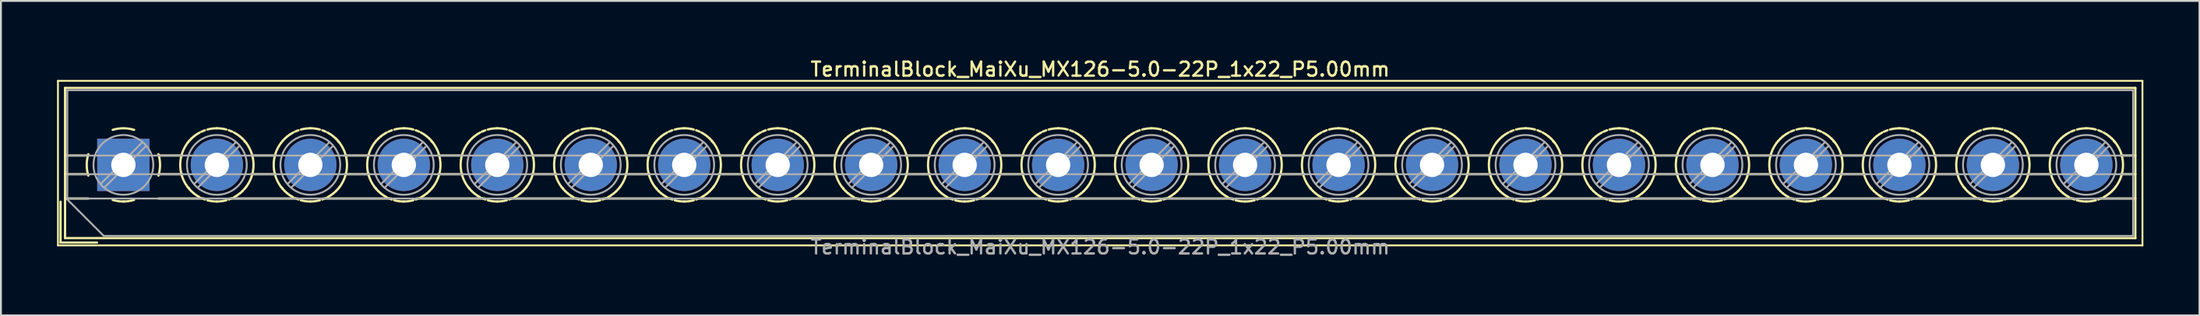
<source format=kicad_pcb>
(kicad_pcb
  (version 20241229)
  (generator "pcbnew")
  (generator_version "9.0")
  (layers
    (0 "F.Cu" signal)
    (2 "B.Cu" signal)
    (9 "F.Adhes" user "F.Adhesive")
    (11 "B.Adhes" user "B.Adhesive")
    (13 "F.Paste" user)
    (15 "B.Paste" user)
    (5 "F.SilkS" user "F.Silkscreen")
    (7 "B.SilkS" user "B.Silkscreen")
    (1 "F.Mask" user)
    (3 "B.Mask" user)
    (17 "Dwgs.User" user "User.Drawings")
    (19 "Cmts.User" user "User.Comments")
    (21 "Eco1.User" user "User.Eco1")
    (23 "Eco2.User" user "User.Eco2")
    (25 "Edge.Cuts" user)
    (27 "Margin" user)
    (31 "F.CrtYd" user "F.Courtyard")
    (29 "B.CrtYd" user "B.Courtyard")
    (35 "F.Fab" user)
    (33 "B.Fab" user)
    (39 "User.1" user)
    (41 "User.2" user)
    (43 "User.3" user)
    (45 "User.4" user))
  (footprint "TerminalBlock_MaiXu_MX126-5.0-22P_1x22_P5.00mm"
    (layer "F.Cu")
    (at 3.55 5.778)
    (property "Reference" "TerminalBlock_MaiXu_MX126-5.0-22P_1x22_P5.00mm" (at 52.25 -5.12 0) (layer "F.SilkS") (effects (font (size 0.75 0.75) (thickness 0.125))))
    (attr through_hole)
    (fp_line (start -3.5 -4.5) (end -3.5 4.31) (stroke (width 0.1) (type solid)) (layer "F.SilkS"))
    (fp_line (start -3.5 4.31) (end 108 4.31) (stroke (width 0.1) (type solid)) (layer "F.SilkS"))
    (fp_line (start -3.36 1.97) (end -3.36 4.16) (stroke (width 0.12) (type solid)) (layer "F.SilkS"))
    (fp_line (start -3.36 4.16) (end -1.41 4.16) (stroke (width 0.12) (type solid)) (layer "F.SilkS"))
    (fp_line (start -3.12 -4.12) (end -3.12 3.92) (stroke (width 0.12) (type solid)) (layer "F.SilkS"))
    (fp_line (start -3.12 -4.12) (end 107.62 -4.12) (stroke (width 0.12) (type solid)) (layer "F.SilkS"))
    (fp_line (start -3.12 -0.5) (end -1.88 -0.5) (stroke (width 0.12) (type solid)) (layer "F.SilkS"))
    (fp_line (start -3.12 0.5) (end -1.88 0.5) (stroke (width 0.12) (type solid)) (layer "F.SilkS"))
    (fp_line (start -3.12 1.8) (end -1.88 1.8) (stroke (width 0.12) (type solid)) (layer "F.SilkS"))
    (fp_line (start -3.12 3.92) (end 107.62 3.92) (stroke (width 0.12) (type solid)) (layer "F.SilkS"))
    (fp_line (start 1.88 -0.5) (end 3.165 -0.5) (stroke (width 0.12) (type solid)) (layer "F.SilkS"))
    (fp_line (start 1.88 0.5) (end 3.165 0.5) (stroke (width 0.12) (type solid)) (layer "F.SilkS"))
    (fp_line (start 1.88 1.8) (end 4.331 1.8) (stroke (width 0.12) (type solid)) (layer "F.SilkS"))
    (fp_line (start 3.514 1.248) (end 3.514 1.248) (stroke (width 0.12) (type solid)) (layer "F.SilkS"))
    (fp_line (start 5.67 1.8) (end 9.331 1.8) (stroke (width 0.12) (type solid)) (layer "F.SilkS"))
    (fp_line (start 6.487 -1.248) (end 6.487 -1.248) (stroke (width 0.12) (type solid)) (layer "F.SilkS"))
    (fp_line (start 6.836 -0.5) (end 8.165 -0.5) (stroke (width 0.12) (type solid)) (layer "F.SilkS"))
    (fp_line (start 6.836 0.5) (end 8.165 0.5) (stroke (width 0.12) (type solid)) (layer "F.SilkS"))
    (fp_line (start 8.514 1.248) (end 8.514 1.248) (stroke (width 0.12) (type solid)) (layer "F.SilkS"))
    (fp_line (start 10.67 1.8) (end 14.331 1.8) (stroke (width 0.12) (type solid)) (layer "F.SilkS"))
    (fp_line (start 11.487 -1.248) (end 11.487 -1.248) (stroke (width 0.12) (type solid)) (layer "F.SilkS"))
    (fp_line (start 11.836 -0.5) (end 13.165 -0.5) (stroke (width 0.12) (type solid)) (layer "F.SilkS"))
    (fp_line (start 11.836 0.5) (end 13.165 0.5) (stroke (width 0.12) (type solid)) (layer "F.SilkS"))
    (fp_line (start 13.514 1.248) (end 13.514 1.248) (stroke (width 0.12) (type solid)) (layer "F.SilkS"))
    (fp_line (start 15.67 1.8) (end 19.331 1.8) (stroke (width 0.12) (type solid)) (layer "F.SilkS"))
    (fp_line (start 16.487 -1.248) (end 16.487 -1.248) (stroke (width 0.12) (type solid)) (layer "F.SilkS"))
    (fp_line (start 16.836 -0.5) (end 18.165 -0.5) (stroke (width 0.12) (type solid)) (layer "F.SilkS"))
    (fp_line (start 16.836 0.5) (end 18.165 0.5) (stroke (width 0.12) (type solid)) (layer "F.SilkS"))
    (fp_line (start 18.514 1.248) (end 18.514 1.248) (stroke (width 0.12) (type solid)) (layer "F.SilkS"))
    (fp_line (start 20.67 1.8) (end 24.331 1.8) (stroke (width 0.12) (type solid)) (layer "F.SilkS"))
    (fp_line (start 21.487 -1.248) (end 21.487 -1.248) (stroke (width 0.12) (type solid)) (layer "F.SilkS"))
    (fp_line (start 21.836 -0.5) (end 23.165 -0.5) (stroke (width 0.12) (type solid)) (layer "F.SilkS"))
    (fp_line (start 21.836 0.5) (end 23.165 0.5) (stroke (width 0.12) (type solid)) (layer "F.SilkS"))
    (fp_line (start 23.514 1.248) (end 23.514 1.248) (stroke (width 0.12) (type solid)) (layer "F.SilkS"))
    (fp_line (start 25.67 1.8) (end 29.331 1.8) (stroke (width 0.12) (type solid)) (layer "F.SilkS"))
    (fp_line (start 26.487 -1.248) (end 26.487 -1.248) (stroke (width 0.12) (type solid)) (layer "F.SilkS"))
    (fp_line (start 26.836 -0.5) (end 28.165 -0.5) (stroke (width 0.12) (type solid)) (layer "F.SilkS"))
    (fp_line (start 26.836 0.5) (end 28.165 0.5) (stroke (width 0.12) (type solid)) (layer "F.SilkS"))
    (fp_line (start 28.514 1.248) (end 28.514 1.248) (stroke (width 0.12) (type solid)) (layer "F.SilkS"))
    (fp_line (start 30.67 1.8) (end 34.331 1.8) (stroke (width 0.12) (type solid)) (layer "F.SilkS"))
    (fp_line (start 31.487 -1.248) (end 31.487 -1.248) (stroke (width 0.12) (type solid)) (layer "F.SilkS"))
    (fp_line (start 31.836 -0.5) (end 33.165 -0.5) (stroke (width 0.12) (type solid)) (layer "F.SilkS"))
    (fp_line (start 31.836 0.5) (end 33.165 0.5) (stroke (width 0.12) (type solid)) (layer "F.SilkS"))
    (fp_line (start 33.514 1.248) (end 33.514 1.248) (stroke (width 0.12) (type solid)) (layer "F.SilkS"))
    (fp_line (start 35.67 1.8) (end 39.331 1.8) (stroke (width 0.12) (type solid)) (layer "F.SilkS"))
    (fp_line (start 36.487 -1.248) (end 36.487 -1.248) (stroke (width 0.12) (type solid)) (layer "F.SilkS"))
    (fp_line (start 36.836 -0.5) (end 38.165 -0.5) (stroke (width 0.12) (type solid)) (layer "F.SilkS"))
    (fp_line (start 36.836 0.5) (end 38.165 0.5) (stroke (width 0.12) (type solid)) (layer "F.SilkS"))
    (fp_line (start 38.514 1.248) (end 38.514 1.248) (stroke (width 0.12) (type solid)) (layer "F.SilkS"))
    (fp_line (start 40.67 1.8) (end 44.331 1.8) (stroke (width 0.12) (type solid)) (layer "F.SilkS"))
    (fp_line (start 41.487 -1.248) (end 41.487 -1.248) (stroke (width 0.12) (type solid)) (layer "F.SilkS"))
    (fp_line (start 41.836 -0.5) (end 43.165 -0.5) (stroke (width 0.12) (type solid)) (layer "F.SilkS"))
    (fp_line (start 41.836 0.5) (end 43.165 0.5) (stroke (width 0.12) (type solid)) (layer "F.SilkS"))
    (fp_line (start 43.514 1.248) (end 43.514 1.248) (stroke (width 0.12) (type solid)) (layer "F.SilkS"))
    (fp_line (start 45.67 1.8) (end 49.331 1.8) (stroke (width 0.12) (type solid)) (layer "F.SilkS"))
    (fp_line (start 46.487 -1.248) (end 46.487 -1.248) (stroke (width 0.12) (type solid)) (layer "F.SilkS"))
    (fp_line (start 46.836 -0.5) (end 48.165 -0.5) (stroke (width 0.12) (type solid)) (layer "F.SilkS"))
    (fp_line (start 46.836 0.5) (end 48.165 0.5) (stroke (width 0.12) (type solid)) (layer "F.SilkS"))
    (fp_line (start 48.514 1.248) (end 48.514 1.248) (stroke (width 0.12) (type solid)) (layer "F.SilkS"))
    (fp_line (start 50.67 1.8) (end 54.331 1.8) (stroke (width 0.12) (type solid)) (layer "F.SilkS"))
    (fp_line (start 51.487 -1.248) (end 51.487 -1.248) (stroke (width 0.12) (type solid)) (layer "F.SilkS"))
    (fp_line (start 51.836 -0.5) (end 53.165 -0.5) (stroke (width 0.12) (type solid)) (layer "F.SilkS"))
    (fp_line (start 51.836 0.5) (end 53.165 0.5) (stroke (width 0.12) (type solid)) (layer "F.SilkS"))
    (fp_line (start 53.514 1.248) (end 53.514 1.248) (stroke (width 0.12) (type solid)) (layer "F.SilkS"))
    (fp_line (start 55.67 1.8) (end 59.331 1.8) (stroke (width 0.12) (type solid)) (layer "F.SilkS"))
    (fp_line (start 56.487 -1.248) (end 56.487 -1.248) (stroke (width 0.12) (type solid)) (layer "F.SilkS"))
    (fp_line (start 56.836 -0.5) (end 58.165 -0.5) (stroke (width 0.12) (type solid)) (layer "F.SilkS"))
    (fp_line (start 56.836 0.5) (end 58.165 0.5) (stroke (width 0.12) (type solid)) (layer "F.SilkS"))
    (fp_line (start 58.514 1.248) (end 58.514 1.248) (stroke (width 0.12) (type solid)) (layer "F.SilkS"))
    (fp_line (start 60.67 1.8) (end 64.331 1.8) (stroke (width 0.12) (type solid)) (layer "F.SilkS"))
    (fp_line (start 61.487 -1.248) (end 61.487 -1.248) (stroke (width 0.12) (type solid)) (layer "F.SilkS"))
    (fp_line (start 61.836 -0.5) (end 63.165 -0.5) (stroke (width 0.12) (type solid)) (layer "F.SilkS"))
    (fp_line (start 61.836 0.5) (end 63.165 0.5) (stroke (width 0.12) (type solid)) (layer "F.SilkS"))
    (fp_line (start 63.514 1.248) (end 63.514 1.248) (stroke (width 0.12) (type solid)) (layer "F.SilkS"))
    (fp_line (start 65.67 1.8) (end 69.331 1.8) (stroke (width 0.12) (type solid)) (layer "F.SilkS"))
    (fp_line (start 66.487 -1.248) (end 66.487 -1.248) (stroke (width 0.12) (type solid)) (layer "F.SilkS"))
    (fp_line (start 66.836 -0.5) (end 68.165 -0.5) (stroke (width 0.12) (type solid)) (layer "F.SilkS"))
    (fp_line (start 66.836 0.5) (end 68.165 0.5) (stroke (width 0.12) (type solid)) (layer "F.SilkS"))
    (fp_line (start 68.514 1.248) (end 68.514 1.248) (stroke (width 0.12) (type solid)) (layer "F.SilkS"))
    (fp_line (start 70.67 1.8) (end 74.331 1.8) (stroke (width 0.12) (type solid)) (layer "F.SilkS"))
    (fp_line (start 71.487 -1.248) (end 71.487 -1.248) (stroke (width 0.12) (type solid)) (layer "F.SilkS"))
    (fp_line (start 71.836 -0.5) (end 73.165 -0.5) (stroke (width 0.12) (type solid)) (layer "F.SilkS"))
    (fp_line (start 71.836 0.5) (end 73.165 0.5) (stroke (width 0.12) (type solid)) (layer "F.SilkS"))
    (fp_line (start 73.514 1.248) (end 73.514 1.248) (stroke (width 0.12) (type solid)) (layer "F.SilkS"))
    (fp_line (start 75.67 1.8) (end 79.331 1.8) (stroke (width 0.12) (type solid)) (layer "F.SilkS"))
    (fp_line (start 76.487 -1.248) (end 76.487 -1.248) (stroke (width 0.12) (type solid)) (layer "F.SilkS"))
    (fp_line (start 76.836 -0.5) (end 78.165 -0.5) (stroke (width 0.12) (type solid)) (layer "F.SilkS"))
    (fp_line (start 76.836 0.5) (end 78.165 0.5) (stroke (width 0.12) (type solid)) (layer "F.SilkS"))
    (fp_line (start 78.514 1.248) (end 78.514 1.248) (stroke (width 0.12) (type solid)) (layer "F.SilkS"))
    (fp_line (start 80.67 1.8) (end 84.331 1.8) (stroke (width 0.12) (type solid)) (layer "F.SilkS"))
    (fp_line (start 81.487 -1.248) (end 81.487 -1.248) (stroke (width 0.12) (type solid)) (layer "F.SilkS"))
    (fp_line (start 81.836 -0.5) (end 83.165 -0.5) (stroke (width 0.12) (type solid)) (layer "F.SilkS"))
    (fp_line (start 81.836 0.5) (end 83.165 0.5) (stroke (width 0.12) (type solid)) (layer "F.SilkS"))
    (fp_line (start 83.514 1.248) (end 83.514 1.248) (stroke (width 0.12) (type solid)) (layer "F.SilkS"))
    (fp_line (start 85.67 1.8) (end 89.331 1.8) (stroke (width 0.12) (type solid)) (layer "F.SilkS"))
    (fp_line (start 86.487 -1.248) (end 86.487 -1.248) (stroke (width 0.12) (type solid)) (layer "F.SilkS"))
    (fp_line (start 86.836 -0.5) (end 88.165 -0.5) (stroke (width 0.12) (type solid)) (layer "F.SilkS"))
    (fp_line (start 86.836 0.5) (end 88.165 0.5) (stroke (width 0.12) (type solid)) (layer "F.SilkS"))
    (fp_line (start 88.514 1.248) (end 88.514 1.248) (stroke (width 0.12) (type solid)) (layer "F.SilkS"))
    (fp_line (start 90.67 1.8) (end 94.331 1.8) (stroke (width 0.12) (type solid)) (layer "F.SilkS"))
    (fp_line (start 91.487 -1.248) (end 91.487 -1.248) (stroke (width 0.12) (type solid)) (layer "F.SilkS"))
    (fp_line (start 91.836 -0.5) (end 93.165 -0.5) (stroke (width 0.12) (type solid)) (layer "F.SilkS"))
    (fp_line (start 91.836 0.5) (end 93.165 0.5) (stroke (width 0.12) (type solid)) (layer "F.SilkS"))
    (fp_line (start 93.514 1.248) (end 93.514 1.248) (stroke (width 0.12) (type solid)) (layer "F.SilkS"))
    (fp_line (start 95.67 1.8) (end 99.331 1.8) (stroke (width 0.12) (type solid)) (layer "F.SilkS"))
    (fp_line (start 96.487 -1.248) (end 96.487 -1.248) (stroke (width 0.12) (type solid)) (layer "F.SilkS"))
    (fp_line (start 96.836 -0.5) (end 98.165 -0.5) (stroke (width 0.12) (type solid)) (layer "F.SilkS"))
    (fp_line (start 96.836 0.5) (end 98.165 0.5) (stroke (width 0.12) (type solid)) (layer "F.SilkS"))
    (fp_line (start 98.514 1.248) (end 98.514 1.248) (stroke (width 0.12) (type solid)) (layer "F.SilkS"))
    (fp_line (start 100.67 1.8) (end 104.331 1.8) (stroke (width 0.12) (type solid)) (layer "F.SilkS"))
    (fp_line (start 101.487 -1.248) (end 101.487 -1.248) (stroke (width 0.12) (type solid)) (layer "F.SilkS"))
    (fp_line (start 101.836 -0.5) (end 103.165 -0.5) (stroke (width 0.12) (type solid)) (layer "F.SilkS"))
    (fp_line (start 101.836 0.5) (end 103.165 0.5) (stroke (width 0.12) (type solid)) (layer "F.SilkS"))
    (fp_line (start 103.514 1.248) (end 103.514 1.248) (stroke (width 0.12) (type solid)) (layer "F.SilkS"))
    (fp_line (start 105.67 1.8) (end 107.62 1.8) (stroke (width 0.12) (type solid)) (layer "F.SilkS"))
    (fp_line (start 106.487 -1.248) (end 106.487 -1.248) (stroke (width 0.12) (type solid)) (layer "F.SilkS"))
    (fp_line (start 106.836 -0.5) (end 107.62 -0.5) (stroke (width 0.12) (type solid)) (layer "F.SilkS"))
    (fp_line (start 106.836 0.5) (end 107.62 0.5) (stroke (width 0.12) (type solid)) (layer "F.SilkS"))
    (fp_line (start 107.62 -4.12) (end 107.62 3.92) (stroke (width 0.12) (type solid)) (layer "F.SilkS"))
    (fp_line (start 108 -4.5) (end -3.5 -4.5) (stroke (width 0.1) (type solid)) (layer "F.SilkS"))
    (fp_line (start 108 4.31) (end 108 -4.5) (stroke (width 0.1) (type solid)) (layer "F.SilkS"))
    (fp_arc (start -1.875422 0.572619) (mid -1.960893 -0.000722) (end -1.875 -0.574) (stroke (width 0.12) (type solid)) (layer "F.SilkS"))
    (fp_arc (start -0.572619 -1.875422) (mid 0.000722 -1.960893) (end 0.574 -1.875) (stroke (width 0.12) (type solid)) (layer "F.SilkS"))
    (fp_arc (start 0.0335 1.960607) (mid -0.273618 1.941709) (end -0.574 1.875) (stroke (width 0.12) (type solid)) (layer "F.SilkS"))
    (fp_arc (start 0.573049 1.874357) (mid 0.289706 1.938471) (end 0 1.96) (stroke (width 0.12) (type solid)) (layer "F.SilkS"))
    (fp_arc (start 1.875422 -0.572619) (mid 1.960893 0.000722) (end 1.875 0.574) (stroke (width 0.12) (type solid)) (layer "F.SilkS"))
    (fp_arc (start 3.434339 1.179122) (mid 3.039994 -0.000549) (end 3.435 -1.18) (stroke (width 0.12) (type solid)) (layer "F.SilkS"))
    (fp_arc (start 3.434826 -1.180695) (mid 3.476985 -1.2346) (end 3.521 -1.287) (stroke (width 0.12) (type solid)) (layer "F.SilkS"))
    (fp_arc (start 3.521125 1.286294) (mid 3.477135 1.233899) (end 3.435 1.18) (stroke (width 0.12) (type solid)) (layer "F.SilkS"))
    (fp_arc (start 3.521202 -1.287012) (mid 3.578748 -1.350291) (end 3.639 -1.411) (stroke (width 0.12) (type solid)) (layer "F.SilkS"))
    (fp_arc (start 3.63871 1.41001) (mid 3.578502 1.349289) (end 3.521 1.286) (stroke (width 0.12) (type solid)) (layer "F.SilkS"))
    (fp_arc (start 3.638867 -1.410738) (mid 3.701698 -1.468767) (end 3.767 -1.524) (stroke (width 0.12) (type solid)) (layer "F.SilkS"))
    (fp_arc (start 3.767069 1.523253) (mid 3.701799 1.468024) (end 3.639 1.41) (stroke (width 0.12) (type solid)) (layer "F.SilkS"))
    (fp_arc (start 3.767452 -1.524377) (mid 3.835117 -1.576689) (end 3.905 -1.626) (stroke (width 0.12) (type solid)) (layer "F.SilkS"))
    (fp_arc (start 3.904517 1.625664) (mid 3.834649 1.576332) (end 3.767 1.524) (stroke (width 0.12) (type solid)) (layer "F.SilkS"))
    (fp_arc (start 3.93363 -1.644317) (mid 4.00637 -1.689266) (end 4.081 -1.731) (stroke (width 0.12) (type solid)) (layer "F.SilkS"))
    (fp_arc (start 4.080344 1.730739) (mid 4.005726 1.688977) (end 3.933 1.644) (stroke (width 0.12) (type solid)) (layer "F.SilkS"))
    (fp_arc (start 4.172694 -1.777259) (mid 4.266842 -1.818121) (end 4.363 -1.854) (stroke (width 0.12) (type solid)) (layer "F.SilkS"))
    (fp_arc (start 4.362283 1.853815) (mid 4.266136 1.817899) (end 4.172 1.777) (stroke (width 0.12) (type solid)) (layer "F.SilkS"))
    (fp_arc (start 4.493681 -1.893473) (mid 4.74516 -1.943362) (end 5.001 -1.96) (stroke (width 0.12) (type solid)) (layer "F.SilkS"))
    (fp_arc (start 5.000479 1.960685) (mid 4.744554 1.943973) (end 4.493 1.894) (stroke (width 0.12) (type solid)) (layer "F.SilkS"))
    (fp_arc (start 5.000487 -1.960944) (mid 5.256437 -1.944104) (end 5.508 -1.894) (stroke (width 0.12) (type solid)) (layer "F.SilkS"))
    (fp_arc (start 5.507285 1.893215) (mid 5.255831 1.943232) (end 5 1.96) (stroke (width 0.12) (type solid)) (layer "F.SilkS"))
    (fp_arc (start 5.638712 -1.85392) (mid 5.734863 -1.817951) (end 5.829 -1.777) (stroke (width 0.12) (type solid)) (layer "F.SilkS"))
    (fp_arc (start 5.829295 1.77705) (mid 5.735155 1.818016) (end 5.639 1.854) (stroke (width 0.12) (type solid)) (layer "F.SilkS"))
    (fp_arc (start 5.920652 -1.730826) (mid 5.995273 -1.689021) (end 6.068 -1.644) (stroke (width 0.12) (type solid)) (layer "F.SilkS"))
    (fp_arc (start 6.068362 1.644143) (mid 5.995629 1.689179) (end 5.921 1.731) (stroke (width 0.12) (type solid)) (layer "F.SilkS"))
    (fp_arc (start 6.096479 -1.625751) (mid 6.16635 -1.576376) (end 6.234 -1.524) (stroke (width 0.12) (type solid)) (layer "F.SilkS"))
    (fp_arc (start 6.233457 1.523294) (mid 6.165838 1.575647) (end 6.096 1.625) (stroke (width 0.12) (type solid)) (layer "F.SilkS"))
    (fp_arc (start 6.233928 -1.523341) (mid 6.2992 -1.468068) (end 6.362 -1.41) (stroke (width 0.12) (type solid)) (layer "F.SilkS"))
    (fp_arc (start 6.36213 1.410651) (mid 6.299301 1.468723) (end 6.234 1.524) (stroke (width 0.12) (type solid)) (layer "F.SilkS"))
    (fp_arc (start 6.362286 -1.410097) (mid 6.422497 -1.349333) (end 6.48 -1.286) (stroke (width 0.12) (type solid)) (layer "F.SilkS"))
    (fp_arc (start 6.479707 1.285928) (mid 6.422207 1.349248) (end 6.362 1.41) (stroke (width 0.12) (type solid)) (layer "F.SilkS"))
    (fp_arc (start 6.479873 -1.286364) (mid 6.523865 -1.233934) (end 6.566 -1.18) (stroke (width 0.12) (type solid)) (layer "F.SilkS"))
    (fp_arc (start 6.565937 -1.180084) (mid 6.960805 -0.000052) (end 6.566 1.18) (stroke (width 0.12) (type solid)) (layer "F.SilkS"))
    (fp_arc (start 6.566102 1.179628) (mid 6.523979 1.233565) (end 6.48 1.286) (stroke (width 0.12) (type solid)) (layer "F.SilkS"))
    (fp_arc (start 8.434339 1.179122) (mid 8.039994 -0.000549) (end 8.435 -1.18) (stroke (width 0.12) (type solid)) (layer "F.SilkS"))
    (fp_arc (start 8.434826 -1.180695) (mid 8.476985 -1.2346) (end 8.521 -1.287) (stroke (width 0.12) (type solid)) (layer "F.SilkS"))
    (fp_arc (start 8.521125 1.286294) (mid 8.477135 1.233899) (end 8.435 1.18) (stroke (width 0.12) (type solid)) (layer "F.SilkS"))
    (fp_arc (start 8.521202 -1.287012) (mid 8.578748 -1.350291) (end 8.639 -1.411) (stroke (width 0.12) (type solid)) (layer "F.SilkS"))
    (fp_arc (start 8.63871 1.41001) (mid 8.578502 1.349289) (end 8.521 1.286) (stroke (width 0.12) (type solid)) (layer "F.SilkS"))
    (fp_arc (start 8.638867 -1.410738) (mid 8.701698 -1.468767) (end 8.767 -1.524) (stroke (width 0.12) (type solid)) (layer "F.SilkS"))
    (fp_arc (start 8.767069 1.523253) (mid 8.701799 1.468024) (end 8.639 1.41) (stroke (width 0.12) (type solid)) (layer "F.SilkS"))
    (fp_arc (start 8.767452 -1.524377) (mid 8.835117 -1.576689) (end 8.905 -1.626) (stroke (width 0.12) (type solid)) (layer "F.SilkS"))
    (fp_arc (start 8.904517 1.625664) (mid 8.834649 1.576332) (end 8.767 1.524) (stroke (width 0.12) (type solid)) (layer "F.SilkS"))
    (fp_arc (start 8.93363 -1.644317) (mid 9.00637 -1.689266) (end 9.081 -1.731) (stroke (width 0.12) (type solid)) (layer "F.SilkS"))
    (fp_arc (start 9.080344 1.730739) (mid 9.005726 1.688977) (end 8.933 1.644) (stroke (width 0.12) (type solid)) (layer "F.SilkS"))
    (fp_arc (start 9.172694 -1.777259) (mid 9.266842 -1.818121) (end 9.363 -1.854) (stroke (width 0.12) (type solid)) (layer "F.SilkS"))
    (fp_arc (start 9.362283 1.853815) (mid 9.266136 1.817899) (end 9.172 1.777) (stroke (width 0.12) (type solid)) (layer "F.SilkS"))
    (fp_arc (start 9.493681 -1.893473) (mid 9.74516 -1.943362) (end 10.001 -1.96) (stroke (width 0.12) (type solid)) (layer "F.SilkS"))
    (fp_arc (start 10.000479 1.960685) (mid 9.744554 1.943973) (end 9.493 1.894) (stroke (width 0.12) (type solid)) (layer "F.SilkS"))
    (fp_arc (start 10.000487 -1.960944) (mid 10.256437 -1.944104) (end 10.508 -1.894) (stroke (width 0.12) (type solid)) (layer "F.SilkS"))
    (fp_arc (start 10.507285 1.893215) (mid 10.255831 1.943232) (end 10 1.96) (stroke (width 0.12) (type solid)) (layer "F.SilkS"))
    (fp_arc (start 10.638712 -1.85392) (mid 10.734863 -1.817951) (end 10.829 -1.777) (stroke (width 0.12) (type solid)) (layer "F.SilkS"))
    (fp_arc (start 10.829295 1.77705) (mid 10.735155 1.818016) (end 10.639 1.854) (stroke (width 0.12) (type solid)) (layer "F.SilkS"))
    (fp_arc (start 10.920652 -1.730826) (mid 10.995273 -1.689021) (end 11.068 -1.644) (stroke (width 0.12) (type solid)) (layer "F.SilkS"))
    (fp_arc (start 11.068362 1.644143) (mid 10.995629 1.689179) (end 10.921 1.731) (stroke (width 0.12) (type solid)) (layer "F.SilkS"))
    (fp_arc (start 11.096479 -1.625751) (mid 11.16635 -1.576376) (end 11.234 -1.524) (stroke (width 0.12) (type solid)) (layer "F.SilkS"))
    (fp_arc (start 11.233457 1.523294) (mid 11.165838 1.575647) (end 11.096 1.625) (stroke (width 0.12) (type solid)) (layer "F.SilkS"))
    (fp_arc (start 11.233928 -1.523341) (mid 11.2992 -1.468068) (end 11.362 -1.41) (stroke (width 0.12) (type solid)) (layer "F.SilkS"))
    (fp_arc (start 11.36213 1.410651) (mid 11.299301 1.468723) (end 11.234 1.524) (stroke (width 0.12) (type solid)) (layer "F.SilkS"))
    (fp_arc (start 11.362286 -1.410097) (mid 11.422497 -1.349333) (end 11.48 -1.286) (stroke (width 0.12) (type solid)) (layer "F.SilkS"))
    (fp_arc (start 11.479707 1.285928) (mid 11.422207 1.349248) (end 11.362 1.41) (stroke (width 0.12) (type solid)) (layer "F.SilkS"))
    (fp_arc (start 11.479873 -1.286364) (mid 11.523865 -1.233934) (end 11.566 -1.18) (stroke (width 0.12) (type solid)) (layer "F.SilkS"))
    (fp_arc (start 11.565937 -1.180084) (mid 11.960805 -0.000052) (end 11.566 1.18) (stroke (width 0.12) (type solid)) (layer "F.SilkS"))
    (fp_arc (start 11.566102 1.179628) (mid 11.523979 1.233565) (end 11.48 1.286) (stroke (width 0.12) (type solid)) (layer "F.SilkS"))
    (fp_arc (start 13.434339 1.179122) (mid 13.039994 -0.000549) (end 13.435 -1.18) (stroke (width 0.12) (type solid)) (layer "F.SilkS"))
    (fp_arc (start 13.434826 -1.180695) (mid 13.476985 -1.2346) (end 13.521 -1.287) (stroke (width 0.12) (type solid)) (layer "F.SilkS"))
    (fp_arc (start 13.521125 1.286294) (mid 13.477135 1.233899) (end 13.435 1.18) (stroke (width 0.12) (type solid)) (layer "F.SilkS"))
    (fp_arc (start 13.521202 -1.287012) (mid 13.578748 -1.350291) (end 13.639 -1.411) (stroke (width 0.12) (type solid)) (layer "F.SilkS"))
    (fp_arc (start 13.63871 1.41001) (mid 13.578502 1.349289) (end 13.521 1.286) (stroke (width 0.12) (type solid)) (layer "F.SilkS"))
    (fp_arc (start 13.638867 -1.410738) (mid 13.701698 -1.468767) (end 13.767 -1.524) (stroke (width 0.12) (type solid)) (layer "F.SilkS"))
    (fp_arc (start 13.767069 1.523253) (mid 13.701799 1.468024) (end 13.639 1.41) (stroke (width 0.12) (type solid)) (layer "F.SilkS"))
    (fp_arc (start 13.767452 -1.524377) (mid 13.835117 -1.576689) (end 13.905 -1.626) (stroke (width 0.12) (type solid)) (layer "F.SilkS"))
    (fp_arc (start 13.904517 1.625664) (mid 13.834649 1.576332) (end 13.767 1.524) (stroke (width 0.12) (type solid)) (layer "F.SilkS"))
    (fp_arc (start 13.93363 -1.644317) (mid 14.00637 -1.689266) (end 14.081 -1.731) (stroke (width 0.12) (type solid)) (layer "F.SilkS"))
    (fp_arc (start 14.080344 1.730739) (mid 14.005726 1.688977) (end 13.933 1.644) (stroke (width 0.12) (type solid)) (layer "F.SilkS"))
    (fp_arc (start 14.172694 -1.777259) (mid 14.266842 -1.818121) (end 14.363 -1.854) (stroke (width 0.12) (type solid)) (layer "F.SilkS"))
    (fp_arc (start 14.362283 1.853815) (mid 14.266136 1.817899) (end 14.172 1.777) (stroke (width 0.12) (type solid)) (layer "F.SilkS"))
    (fp_arc (start 14.493681 -1.893473) (mid 14.74516 -1.943362) (end 15.001 -1.96) (stroke (width 0.12) (type solid)) (layer "F.SilkS"))
    (fp_arc (start 15.000479 1.960685) (mid 14.744554 1.943973) (end 14.493 1.894) (stroke (width 0.12) (type solid)) (layer "F.SilkS"))
    (fp_arc (start 15.000487 -1.960944) (mid 15.256437 -1.944104) (end 15.508 -1.894) (stroke (width 0.12) (type solid)) (layer "F.SilkS"))
    (fp_arc (start 15.507285 1.893215) (mid 15.255831 1.943232) (end 15 1.96) (stroke (width 0.12) (type solid)) (layer "F.SilkS"))
    (fp_arc (start 15.638712 -1.85392) (mid 15.734863 -1.817951) (end 15.829 -1.777) (stroke (width 0.12) (type solid)) (layer "F.SilkS"))
    (fp_arc (start 15.829295 1.77705) (mid 15.735155 1.818016) (end 15.639 1.854) (stroke (width 0.12) (type solid)) (layer "F.SilkS"))
    (fp_arc (start 15.920652 -1.730826) (mid 15.995273 -1.689021) (end 16.068 -1.644) (stroke (width 0.12) (type solid)) (layer "F.SilkS"))
    (fp_arc (start 16.068362 1.644143) (mid 15.995629 1.689179) (end 15.921 1.731) (stroke (width 0.12) (type solid)) (layer "F.SilkS"))
    (fp_arc (start 16.096479 -1.625751) (mid 16.16635 -1.576376) (end 16.234 -1.524) (stroke (width 0.12) (type solid)) (layer "F.SilkS"))
    (fp_arc (start 16.233457 1.523294) (mid 16.165838 1.575647) (end 16.096 1.625) (stroke (width 0.12) (type solid)) (layer "F.SilkS"))
    (fp_arc (start 16.233928 -1.523341) (mid 16.2992 -1.468068) (end 16.362 -1.41) (stroke (width 0.12) (type solid)) (layer "F.SilkS"))
    (fp_arc (start 16.36213 1.410651) (mid 16.299301 1.468723) (end 16.234 1.524) (stroke (width 0.12) (type solid)) (layer "F.SilkS"))
    (fp_arc (start 16.362286 -1.410097) (mid 16.422497 -1.349333) (end 16.48 -1.286) (stroke (width 0.12) (type solid)) (layer "F.SilkS"))
    (fp_arc (start 16.479707 1.285928) (mid 16.422207 1.349248) (end 16.362 1.41) (stroke (width 0.12) (type solid)) (layer "F.SilkS"))
    (fp_arc (start 16.479873 -1.286364) (mid 16.523865 -1.233934) (end 16.566 -1.18) (stroke (width 0.12) (type solid)) (layer "F.SilkS"))
    (fp_arc (start 16.565937 -1.180084) (mid 16.960805 -0.000052) (end 16.566 1.18) (stroke (width 0.12) (type solid)) (layer "F.SilkS"))
    (fp_arc (start 16.566102 1.179628) (mid 16.523979 1.233565) (end 16.48 1.286) (stroke (width 0.12) (type solid)) (layer "F.SilkS"))
    (fp_arc (start 18.434339 1.179122) (mid 18.039994 -0.000549) (end 18.435 -1.18) (stroke (width 0.12) (type solid)) (layer "F.SilkS"))
    (fp_arc (start 18.434826 -1.180695) (mid 18.476985 -1.2346) (end 18.521 -1.287) (stroke (width 0.12) (type solid)) (layer "F.SilkS"))
    (fp_arc (start 18.521125 1.286294) (mid 18.477135 1.233899) (end 18.435 1.18) (stroke (width 0.12) (type solid)) (layer "F.SilkS"))
    (fp_arc (start 18.521202 -1.287012) (mid 18.578748 -1.350291) (end 18.639 -1.411) (stroke (width 0.12) (type solid)) (layer "F.SilkS"))
    (fp_arc (start 18.63871 1.41001) (mid 18.578502 1.349289) (end 18.521 1.286) (stroke (width 0.12) (type solid)) (layer "F.SilkS"))
    (fp_arc (start 18.638867 -1.410738) (mid 18.701698 -1.468767) (end 18.767 -1.524) (stroke (width 0.12) (type solid)) (layer "F.SilkS"))
    (fp_arc (start 18.767069 1.523253) (mid 18.701799 1.468024) (end 18.639 1.41) (stroke (width 0.12) (type solid)) (layer "F.SilkS"))
    (fp_arc (start 18.767452 -1.524377) (mid 18.835117 -1.576689) (end 18.905 -1.626) (stroke (width 0.12) (type solid)) (layer "F.SilkS"))
    (fp_arc (start 18.904517 1.625664) (mid 18.834649 1.576332) (end 18.767 1.524) (stroke (width 0.12) (type solid)) (layer "F.SilkS"))
    (fp_arc (start 18.93363 -1.644317) (mid 19.00637 -1.689266) (end 19.081 -1.731) (stroke (width 0.12) (type solid)) (layer "F.SilkS"))
    (fp_arc (start 19.080344 1.730739) (mid 19.005726 1.688977) (end 18.933 1.644) (stroke (width 0.12) (type solid)) (layer "F.SilkS"))
    (fp_arc (start 19.172694 -1.777259) (mid 19.266842 -1.818121) (end 19.363 -1.854) (stroke (width 0.12) (type solid)) (layer "F.SilkS"))
    (fp_arc (start 19.362283 1.853815) (mid 19.266136 1.817899) (end 19.172 1.777) (stroke (width 0.12) (type solid)) (layer "F.SilkS"))
    (fp_arc (start 19.493681 -1.893473) (mid 19.74516 -1.943362) (end 20.001 -1.96) (stroke (width 0.12) (type solid)) (layer "F.SilkS"))
    (fp_arc (start 20.000479 1.960685) (mid 19.744554 1.943973) (end 19.493 1.894) (stroke (width 0.12) (type solid)) (layer "F.SilkS"))
    (fp_arc (start 20.000487 -1.960944) (mid 20.256437 -1.944104) (end 20.508 -1.894) (stroke (width 0.12) (type solid)) (layer "F.SilkS"))
    (fp_arc (start 20.507285 1.893215) (mid 20.255831 1.943232) (end 20 1.96) (stroke (width 0.12) (type solid)) (layer "F.SilkS"))
    (fp_arc (start 20.638712 -1.85392) (mid 20.734863 -1.817951) (end 20.829 -1.777) (stroke (width 0.12) (type solid)) (layer "F.SilkS"))
    (fp_arc (start 20.829295 1.77705) (mid 20.735155 1.818016) (end 20.639 1.854) (stroke (width 0.12) (type solid)) (layer "F.SilkS"))
    (fp_arc (start 20.920652 -1.730826) (mid 20.995273 -1.689021) (end 21.068 -1.644) (stroke (width 0.12) (type solid)) (layer "F.SilkS"))
    (fp_arc (start 21.068362 1.644143) (mid 20.995629 1.689179) (end 20.921 1.731) (stroke (width 0.12) (type solid)) (layer "F.SilkS"))
    (fp_arc (start 21.096479 -1.625751) (mid 21.16635 -1.576376) (end 21.234 -1.524) (stroke (width 0.12) (type solid)) (layer "F.SilkS"))
    (fp_arc (start 21.233457 1.523294) (mid 21.165838 1.575647) (end 21.096 1.625) (stroke (width 0.12) (type solid)) (layer "F.SilkS"))
    (fp_arc (start 21.233928 -1.523341) (mid 21.2992 -1.468068) (end 21.362 -1.41) (stroke (width 0.12) (type solid)) (layer "F.SilkS"))
    (fp_arc (start 21.36213 1.410651) (mid 21.299301 1.468723) (end 21.234 1.524) (stroke (width 0.12) (type solid)) (layer "F.SilkS"))
    (fp_arc (start 21.362286 -1.410097) (mid 21.422497 -1.349333) (end 21.48 -1.286) (stroke (width 0.12) (type solid)) (layer "F.SilkS"))
    (fp_arc (start 21.479707 1.285928) (mid 21.422207 1.349248) (end 21.362 1.41) (stroke (width 0.12) (type solid)) (layer "F.SilkS"))
    (fp_arc (start 21.479873 -1.286364) (mid 21.523865 -1.233934) (end 21.566 -1.18) (stroke (width 0.12) (type solid)) (layer "F.SilkS"))
    (fp_arc (start 21.565937 -1.180084) (mid 21.960805 -0.000052) (end 21.566 1.18) (stroke (width 0.12) (type solid)) (layer "F.SilkS"))
    (fp_arc (start 21.566102 1.179628) (mid 21.523979 1.233565) (end 21.48 1.286) (stroke (width 0.12) (type solid)) (layer "F.SilkS"))
    (fp_arc (start 23.434339 1.179122) (mid 23.039994 -0.000549) (end 23.435 -1.18) (stroke (width 0.12) (type solid)) (layer "F.SilkS"))
    (fp_arc (start 23.434826 -1.180695) (mid 23.476985 -1.2346) (end 23.521 -1.287) (stroke (width 0.12) (type solid)) (layer "F.SilkS"))
    (fp_arc (start 23.521125 1.286294) (mid 23.477135 1.233899) (end 23.435 1.18) (stroke (width 0.12) (type solid)) (layer "F.SilkS"))
    (fp_arc (start 23.521202 -1.287012) (mid 23.578748 -1.350291) (end 23.639 -1.411) (stroke (width 0.12) (type solid)) (layer "F.SilkS"))
    (fp_arc (start 23.63871 1.41001) (mid 23.578502 1.349289) (end 23.521 1.286) (stroke (width 0.12) (type solid)) (layer "F.SilkS"))
    (fp_arc (start 23.638867 -1.410738) (mid 23.701698 -1.468767) (end 23.767 -1.524) (stroke (width 0.12) (type solid)) (layer "F.SilkS"))
    (fp_arc (start 23.767069 1.523253) (mid 23.701799 1.468024) (end 23.639 1.41) (stroke (width 0.12) (type solid)) (layer "F.SilkS"))
    (fp_arc (start 23.767452 -1.524377) (mid 23.835117 -1.576689) (end 23.905 -1.626) (stroke (width 0.12) (type solid)) (layer "F.SilkS"))
    (fp_arc (start 23.904517 1.625664) (mid 23.834649 1.576332) (end 23.767 1.524) (stroke (width 0.12) (type solid)) (layer "F.SilkS"))
    (fp_arc (start 23.93363 -1.644317) (mid 24.00637 -1.689266) (end 24.081 -1.731) (stroke (width 0.12) (type solid)) (layer "F.SilkS"))
    (fp_arc (start 24.080344 1.730739) (mid 24.005726 1.688977) (end 23.933 1.644) (stroke (width 0.12) (type solid)) (layer "F.SilkS"))
    (fp_arc (start 24.172694 -1.777259) (mid 24.266842 -1.818121) (end 24.363 -1.854) (stroke (width 0.12) (type solid)) (layer "F.SilkS"))
    (fp_arc (start 24.362283 1.853815) (mid 24.266136 1.817899) (end 24.172 1.777) (stroke (width 0.12) (type solid)) (layer "F.SilkS"))
    (fp_arc (start 24.493681 -1.893473) (mid 24.74516 -1.943362) (end 25.001 -1.96) (stroke (width 0.12) (type solid)) (layer "F.SilkS"))
    (fp_arc (start 25.000479 1.960685) (mid 24.744554 1.943973) (end 24.493 1.894) (stroke (width 0.12) (type solid)) (layer "F.SilkS"))
    (fp_arc (start 25.000487 -1.960944) (mid 25.256437 -1.944104) (end 25.508 -1.894) (stroke (width 0.12) (type solid)) (layer "F.SilkS"))
    (fp_arc (start 25.507285 1.893215) (mid 25.255831 1.943232) (end 25 1.96) (stroke (width 0.12) (type solid)) (layer "F.SilkS"))
    (fp_arc (start 25.638712 -1.85392) (mid 25.734863 -1.817951) (end 25.829 -1.777) (stroke (width 0.12) (type solid)) (layer "F.SilkS"))
    (fp_arc (start 25.829295 1.77705) (mid 25.735155 1.818016) (end 25.639 1.854) (stroke (width 0.12) (type solid)) (layer "F.SilkS"))
    (fp_arc (start 25.920652 -1.730826) (mid 25.995273 -1.689021) (end 26.068 -1.644) (stroke (width 0.12) (type solid)) (layer "F.SilkS"))
    (fp_arc (start 26.068362 1.644143) (mid 25.995629 1.689179) (end 25.921 1.731) (stroke (width 0.12) (type solid)) (layer "F.SilkS"))
    (fp_arc (start 26.096479 -1.625751) (mid 26.16635 -1.576376) (end 26.234 -1.524) (stroke (width 0.12) (type solid)) (layer "F.SilkS"))
    (fp_arc (start 26.233457 1.523294) (mid 26.165838 1.575647) (end 26.096 1.625) (stroke (width 0.12) (type solid)) (layer "F.SilkS"))
    (fp_arc (start 26.233928 -1.523341) (mid 26.2992 -1.468068) (end 26.362 -1.41) (stroke (width 0.12) (type solid)) (layer "F.SilkS"))
    (fp_arc (start 26.36213 1.410651) (mid 26.299301 1.468723) (end 26.234 1.524) (stroke (width 0.12) (type solid)) (layer "F.SilkS"))
    (fp_arc (start 26.362286 -1.410097) (mid 26.422497 -1.349333) (end 26.48 -1.286) (stroke (width 0.12) (type solid)) (layer "F.SilkS"))
    (fp_arc (start 26.479707 1.285928) (mid 26.422207 1.349248) (end 26.362 1.41) (stroke (width 0.12) (type solid)) (layer "F.SilkS"))
    (fp_arc (start 26.479873 -1.286364) (mid 26.523865 -1.233934) (end 26.566 -1.18) (stroke (width 0.12) (type solid)) (layer "F.SilkS"))
    (fp_arc (start 26.565937 -1.180084) (mid 26.960805 -0.000052) (end 26.566 1.18) (stroke (width 0.12) (type solid)) (layer "F.SilkS"))
    (fp_arc (start 26.566102 1.179628) (mid 26.523979 1.233565) (end 26.48 1.286) (stroke (width 0.12) (type solid)) (layer "F.SilkS"))
    (fp_arc (start 28.434339 1.179122) (mid 28.039994 -0.000549) (end 28.435 -1.18) (stroke (width 0.12) (type solid)) (layer "F.SilkS"))
    (fp_arc (start 28.434826 -1.180695) (mid 28.476985 -1.2346) (end 28.521 -1.287) (stroke (width 0.12) (type solid)) (layer "F.SilkS"))
    (fp_arc (start 28.521125 1.286294) (mid 28.477135 1.233899) (end 28.435 1.18) (stroke (width 0.12) (type solid)) (layer "F.SilkS"))
    (fp_arc (start 28.521202 -1.287012) (mid 28.578748 -1.350291) (end 28.639 -1.411) (stroke (width 0.12) (type solid)) (layer "F.SilkS"))
    (fp_arc (start 28.63871 1.41001) (mid 28.578502 1.349289) (end 28.521 1.286) (stroke (width 0.12) (type solid)) (layer "F.SilkS"))
    (fp_arc (start 28.638867 -1.410738) (mid 28.701698 -1.468767) (end 28.767 -1.524) (stroke (width 0.12) (type solid)) (layer "F.SilkS"))
    (fp_arc (start 28.767069 1.523253) (mid 28.701799 1.468024) (end 28.639 1.41) (stroke (width 0.12) (type solid)) (layer "F.SilkS"))
    (fp_arc (start 28.767452 -1.524377) (mid 28.835117 -1.576689) (end 28.905 -1.626) (stroke (width 0.12) (type solid)) (layer "F.SilkS"))
    (fp_arc (start 28.904517 1.625664) (mid 28.834649 1.576332) (end 28.767 1.524) (stroke (width 0.12) (type solid)) (layer "F.SilkS"))
    (fp_arc (start 28.93363 -1.644317) (mid 29.00637 -1.689266) (end 29.081 -1.731) (stroke (width 0.12) (type solid)) (layer "F.SilkS"))
    (fp_arc (start 29.080344 1.730739) (mid 29.005726 1.688977) (end 28.933 1.644) (stroke (width 0.12) (type solid)) (layer "F.SilkS"))
    (fp_arc (start 29.172694 -1.777259) (mid 29.266842 -1.818121) (end 29.363 -1.854) (stroke (width 0.12) (type solid)) (layer "F.SilkS"))
    (fp_arc (start 29.362283 1.853815) (mid 29.266136 1.817899) (end 29.172 1.777) (stroke (width 0.12) (type solid)) (layer "F.SilkS"))
    (fp_arc (start 29.493681 -1.893473) (mid 29.74516 -1.943362) (end 30.001 -1.96) (stroke (width 0.12) (type solid)) (layer "F.SilkS"))
    (fp_arc (start 30.000479 1.960685) (mid 29.744554 1.943973) (end 29.493 1.894) (stroke (width 0.12) (type solid)) (layer "F.SilkS"))
    (fp_arc (start 30.000487 -1.960944) (mid 30.256437 -1.944104) (end 30.508 -1.894) (stroke (width 0.12) (type solid)) (layer "F.SilkS"))
    (fp_arc (start 30.507285 1.893215) (mid 30.255831 1.943232) (end 30 1.96) (stroke (width 0.12) (type solid)) (layer "F.SilkS"))
    (fp_arc (start 30.638712 -1.85392) (mid 30.734863 -1.817951) (end 30.829 -1.777) (stroke (width 0.12) (type solid)) (layer "F.SilkS"))
    (fp_arc (start 30.829295 1.77705) (mid 30.735155 1.818016) (end 30.639 1.854) (stroke (width 0.12) (type solid)) (layer "F.SilkS"))
    (fp_arc (start 30.920652 -1.730826) (mid 30.995273 -1.689021) (end 31.068 -1.644) (stroke (width 0.12) (type solid)) (layer "F.SilkS"))
    (fp_arc (start 31.068362 1.644143) (mid 30.995629 1.689179) (end 30.921 1.731) (stroke (width 0.12) (type solid)) (layer "F.SilkS"))
    (fp_arc (start 31.096479 -1.625751) (mid 31.16635 -1.576376) (end 31.234 -1.524) (stroke (width 0.12) (type solid)) (layer "F.SilkS"))
    (fp_arc (start 31.233457 1.523294) (mid 31.165838 1.575647) (end 31.096 1.625) (stroke (width 0.12) (type solid)) (layer "F.SilkS"))
    (fp_arc (start 31.233928 -1.523341) (mid 31.2992 -1.468068) (end 31.362 -1.41) (stroke (width 0.12) (type solid)) (layer "F.SilkS"))
    (fp_arc (start 31.36213 1.410651) (mid 31.299301 1.468723) (end 31.234 1.524) (stroke (width 0.12) (type solid)) (layer "F.SilkS"))
    (fp_arc (start 31.362286 -1.410097) (mid 31.422497 -1.349333) (end 31.48 -1.286) (stroke (width 0.12) (type solid)) (layer "F.SilkS"))
    (fp_arc (start 31.479707 1.285928) (mid 31.422207 1.349248) (end 31.362 1.41) (stroke (width 0.12) (type solid)) (layer "F.SilkS"))
    (fp_arc (start 31.479873 -1.286364) (mid 31.523865 -1.233934) (end 31.566 -1.18) (stroke (width 0.12) (type solid)) (layer "F.SilkS"))
    (fp_arc (start 31.565937 -1.180084) (mid 31.960805 -0.000052) (end 31.566 1.18) (stroke (width 0.12) (type solid)) (layer "F.SilkS"))
    (fp_arc (start 31.566102 1.179628) (mid 31.523979 1.233565) (end 31.48 1.286) (stroke (width 0.12) (type solid)) (layer "F.SilkS"))
    (fp_arc (start 33.434339 1.179122) (mid 33.039994 -0.000549) (end 33.435 -1.18) (stroke (width 0.12) (type solid)) (layer "F.SilkS"))
    (fp_arc (start 33.434826 -1.180695) (mid 33.476985 -1.2346) (end 33.521 -1.287) (stroke (width 0.12) (type solid)) (layer "F.SilkS"))
    (fp_arc (start 33.521125 1.286294) (mid 33.477135 1.233899) (end 33.435 1.18) (stroke (width 0.12) (type solid)) (layer "F.SilkS"))
    (fp_arc (start 33.521202 -1.287012) (mid 33.578748 -1.350291) (end 33.639 -1.411) (stroke (width 0.12) (type solid)) (layer "F.SilkS"))
    (fp_arc (start 33.63871 1.41001) (mid 33.578502 1.349289) (end 33.521 1.286) (stroke (width 0.12) (type solid)) (layer "F.SilkS"))
    (fp_arc (start 33.638867 -1.410738) (mid 33.701698 -1.468767) (end 33.767 -1.524) (stroke (width 0.12) (type solid)) (layer "F.SilkS"))
    (fp_arc (start 33.767069 1.523253) (mid 33.701799 1.468024) (end 33.639 1.41) (stroke (width 0.12) (type solid)) (layer "F.SilkS"))
    (fp_arc (start 33.767452 -1.524377) (mid 33.835117 -1.576689) (end 33.905 -1.626) (stroke (width 0.12) (type solid)) (layer "F.SilkS"))
    (fp_arc (start 33.904517 1.625664) (mid 33.834649 1.576332) (end 33.767 1.524) (stroke (width 0.12) (type solid)) (layer "F.SilkS"))
    (fp_arc (start 33.93363 -1.644317) (mid 34.00637 -1.689266) (end 34.081 -1.731) (stroke (width 0.12) (type solid)) (layer "F.SilkS"))
    (fp_arc (start 34.080344 1.730739) (mid 34.005726 1.688977) (end 33.933 1.644) (stroke (width 0.12) (type solid)) (layer "F.SilkS"))
    (fp_arc (start 34.172694 -1.777259) (mid 34.266842 -1.818121) (end 34.363 -1.854) (stroke (width 0.12) (type solid)) (layer "F.SilkS"))
    (fp_arc (start 34.362283 1.853815) (mid 34.266136 1.817899) (end 34.172 1.777) (stroke (width 0.12) (type solid)) (layer "F.SilkS"))
    (fp_arc (start 34.493681 -1.893473) (mid 34.74516 -1.943362) (end 35.001 -1.96) (stroke (width 0.12) (type solid)) (layer "F.SilkS"))
    (fp_arc (start 35.000479 1.960685) (mid 34.744554 1.943973) (end 34.493 1.894) (stroke (width 0.12) (type solid)) (layer "F.SilkS"))
    (fp_arc (start 35.000487 -1.960944) (mid 35.256437 -1.944104) (end 35.508 -1.894) (stroke (width 0.12) (type solid)) (layer "F.SilkS"))
    (fp_arc (start 35.507285 1.893215) (mid 35.255831 1.943232) (end 35 1.96) (stroke (width 0.12) (type solid)) (layer "F.SilkS"))
    (fp_arc (start 35.638712 -1.85392) (mid 35.734863 -1.817951) (end 35.829 -1.777) (stroke (width 0.12) (type solid)) (layer "F.SilkS"))
    (fp_arc (start 35.829295 1.77705) (mid 35.735155 1.818016) (end 35.639 1.854) (stroke (width 0.12) (type solid)) (layer "F.SilkS"))
    (fp_arc (start 35.920652 -1.730826) (mid 35.995273 -1.689021) (end 36.068 -1.644) (stroke (width 0.12) (type solid)) (layer "F.SilkS"))
    (fp_arc (start 36.068362 1.644143) (mid 35.995629 1.689179) (end 35.921 1.731) (stroke (width 0.12) (type solid)) (layer "F.SilkS"))
    (fp_arc (start 36.096479 -1.625751) (mid 36.16635 -1.576376) (end 36.234 -1.524) (stroke (width 0.12) (type solid)) (layer "F.SilkS"))
    (fp_arc (start 36.233457 1.523294) (mid 36.165838 1.575647) (end 36.096 1.625) (stroke (width 0.12) (type solid)) (layer "F.SilkS"))
    (fp_arc (start 36.233928 -1.523341) (mid 36.2992 -1.468068) (end 36.362 -1.41) (stroke (width 0.12) (type solid)) (layer "F.SilkS"))
    (fp_arc (start 36.36213 1.410651) (mid 36.299301 1.468723) (end 36.234 1.524) (stroke (width 0.12) (type solid)) (layer "F.SilkS"))
    (fp_arc (start 36.362286 -1.410097) (mid 36.422497 -1.349333) (end 36.48 -1.286) (stroke (width 0.12) (type solid)) (layer "F.SilkS"))
    (fp_arc (start 36.479707 1.285928) (mid 36.422207 1.349248) (end 36.362 1.41) (stroke (width 0.12) (type solid)) (layer "F.SilkS"))
    (fp_arc (start 36.479873 -1.286364) (mid 36.523865 -1.233934) (end 36.566 -1.18) (stroke (width 0.12) (type solid)) (layer "F.SilkS"))
    (fp_arc (start 36.565937 -1.180084) (mid 36.960805 -0.000052) (end 36.566 1.18) (stroke (width 0.12) (type solid)) (layer "F.SilkS"))
    (fp_arc (start 36.566102 1.179628) (mid 36.523979 1.233565) (end 36.48 1.286) (stroke (width 0.12) (type solid)) (layer "F.SilkS"))
    (fp_arc (start 38.434339 1.179122) (mid 38.039994 -0.000549) (end 38.435 -1.18) (stroke (width 0.12) (type solid)) (layer "F.SilkS"))
    (fp_arc (start 38.434826 -1.180695) (mid 38.476985 -1.2346) (end 38.521 -1.287) (stroke (width 0.12) (type solid)) (layer "F.SilkS"))
    (fp_arc (start 38.521125 1.286294) (mid 38.477135 1.233899) (end 38.435 1.18) (stroke (width 0.12) (type solid)) (layer "F.SilkS"))
    (fp_arc (start 38.521202 -1.287012) (mid 38.578748 -1.350291) (end 38.639 -1.411) (stroke (width 0.12) (type solid)) (layer "F.SilkS"))
    (fp_arc (start 38.63871 1.41001) (mid 38.578502 1.349289) (end 38.521 1.286) (stroke (width 0.12) (type solid)) (layer "F.SilkS"))
    (fp_arc (start 38.638867 -1.410738) (mid 38.701698 -1.468767) (end 38.767 -1.524) (stroke (width 0.12) (type solid)) (layer "F.SilkS"))
    (fp_arc (start 38.767069 1.523253) (mid 38.701799 1.468024) (end 38.639 1.41) (stroke (width 0.12) (type solid)) (layer "F.SilkS"))
    (fp_arc (start 38.767452 -1.524377) (mid 38.835117 -1.576689) (end 38.905 -1.626) (stroke (width 0.12) (type solid)) (layer "F.SilkS"))
    (fp_arc (start 38.904517 1.625664) (mid 38.834649 1.576332) (end 38.767 1.524) (stroke (width 0.12) (type solid)) (layer "F.SilkS"))
    (fp_arc (start 38.93363 -1.644317) (mid 39.00637 -1.689266) (end 39.081 -1.731) (stroke (width 0.12) (type solid)) (layer "F.SilkS"))
    (fp_arc (start 39.080344 1.730739) (mid 39.005726 1.688977) (end 38.933 1.644) (stroke (width 0.12) (type solid)) (layer "F.SilkS"))
    (fp_arc (start 39.172694 -1.777259) (mid 39.266842 -1.818121) (end 39.363 -1.854) (stroke (width 0.12) (type solid)) (layer "F.SilkS"))
    (fp_arc (start 39.362283 1.853815) (mid 39.266136 1.817899) (end 39.172 1.777) (stroke (width 0.12) (type solid)) (layer "F.SilkS"))
    (fp_arc (start 39.493681 -1.893473) (mid 39.74516 -1.943362) (end 40.001 -1.96) (stroke (width 0.12) (type solid)) (layer "F.SilkS"))
    (fp_arc (start 40.000479 1.960685) (mid 39.744554 1.943973) (end 39.493 1.894) (stroke (width 0.12) (type solid)) (layer "F.SilkS"))
    (fp_arc (start 40.000487 -1.960944) (mid 40.256437 -1.944104) (end 40.508 -1.894) (stroke (width 0.12) (type solid)) (layer "F.SilkS"))
    (fp_arc (start 40.507285 1.893215) (mid 40.255831 1.943232) (end 40 1.96) (stroke (width 0.12) (type solid)) (layer "F.SilkS"))
    (fp_arc (start 40.638712 -1.85392) (mid 40.734863 -1.817951) (end 40.829 -1.777) (stroke (width 0.12) (type solid)) (layer "F.SilkS"))
    (fp_arc (start 40.829295 1.77705) (mid 40.735155 1.818016) (end 40.639 1.854) (stroke (width 0.12) (type solid)) (layer "F.SilkS"))
    (fp_arc (start 40.920652 -1.730826) (mid 40.995273 -1.689021) (end 41.068 -1.644) (stroke (width 0.12) (type solid)) (layer "F.SilkS"))
    (fp_arc (start 41.068362 1.644143) (mid 40.995629 1.689179) (end 40.921 1.731) (stroke (width 0.12) (type solid)) (layer "F.SilkS"))
    (fp_arc (start 41.096479 -1.625751) (mid 41.16635 -1.576376) (end 41.234 -1.524) (stroke (width 0.12) (type solid)) (layer "F.SilkS"))
    (fp_arc (start 41.233457 1.523294) (mid 41.165838 1.575647) (end 41.096 1.625) (stroke (width 0.12) (type solid)) (layer "F.SilkS"))
    (fp_arc (start 41.233928 -1.523341) (mid 41.2992 -1.468068) (end 41.362 -1.41) (stroke (width 0.12) (type solid)) (layer "F.SilkS"))
    (fp_arc (start 41.36213 1.410651) (mid 41.299301 1.468723) (end 41.234 1.524) (stroke (width 0.12) (type solid)) (layer "F.SilkS"))
    (fp_arc (start 41.362286 -1.410097) (mid 41.422497 -1.349333) (end 41.48 -1.286) (stroke (width 0.12) (type solid)) (layer "F.SilkS"))
    (fp_arc (start 41.479707 1.285928) (mid 41.422207 1.349248) (end 41.362 1.41) (stroke (width 0.12) (type solid)) (layer "F.SilkS"))
    (fp_arc (start 41.479873 -1.286364) (mid 41.523865 -1.233934) (end 41.566 -1.18) (stroke (width 0.12) (type solid)) (layer "F.SilkS"))
    (fp_arc (start 41.565937 -1.180084) (mid 41.960805 -0.000052) (end 41.566 1.18) (stroke (width 0.12) (type solid)) (layer "F.SilkS"))
    (fp_arc (start 41.566102 1.179628) (mid 41.523979 1.233565) (end 41.48 1.286) (stroke (width 0.12) (type solid)) (layer "F.SilkS"))
    (fp_arc (start 43.434339 1.179122) (mid 43.039994 -0.000549) (end 43.435 -1.18) (stroke (width 0.12) (type solid)) (layer "F.SilkS"))
    (fp_arc (start 43.434826 -1.180695) (mid 43.476985 -1.2346) (end 43.521 -1.287) (stroke (width 0.12) (type solid)) (layer "F.SilkS"))
    (fp_arc (start 43.521125 1.286294) (mid 43.477135 1.233899) (end 43.435 1.18) (stroke (width 0.12) (type solid)) (layer "F.SilkS"))
    (fp_arc (start 43.521202 -1.287012) (mid 43.578748 -1.350291) (end 43.639 -1.411) (stroke (width 0.12) (type solid)) (layer "F.SilkS"))
    (fp_arc (start 43.63871 1.41001) (mid 43.578502 1.349289) (end 43.521 1.286) (stroke (width 0.12) (type solid)) (layer "F.SilkS"))
    (fp_arc (start 43.638867 -1.410738) (mid 43.701698 -1.468767) (end 43.767 -1.524) (stroke (width 0.12) (type solid)) (layer "F.SilkS"))
    (fp_arc (start 43.767069 1.523253) (mid 43.701799 1.468024) (end 43.639 1.41) (stroke (width 0.12) (type solid)) (layer "F.SilkS"))
    (fp_arc (start 43.767452 -1.524377) (mid 43.835117 -1.576689) (end 43.905 -1.626) (stroke (width 0.12) (type solid)) (layer "F.SilkS"))
    (fp_arc (start 43.904517 1.625664) (mid 43.834649 1.576332) (end 43.767 1.524) (stroke (width 0.12) (type solid)) (layer "F.SilkS"))
    (fp_arc (start 43.93363 -1.644317) (mid 44.00637 -1.689266) (end 44.081 -1.731) (stroke (width 0.12) (type solid)) (layer "F.SilkS"))
    (fp_arc (start 44.080344 1.730739) (mid 44.005726 1.688977) (end 43.933 1.644) (stroke (width 0.12) (type solid)) (layer "F.SilkS"))
    (fp_arc (start 44.172694 -1.777259) (mid 44.266842 -1.818121) (end 44.363 -1.854) (stroke (width 0.12) (type solid)) (layer "F.SilkS"))
    (fp_arc (start 44.362283 1.853815) (mid 44.266136 1.817899) (end 44.172 1.777) (stroke (width 0.12) (type solid)) (layer "F.SilkS"))
    (fp_arc (start 44.493681 -1.893473) (mid 44.74516 -1.943362) (end 45.001 -1.96) (stroke (width 0.12) (type solid)) (layer "F.SilkS"))
    (fp_arc (start 45.000479 1.960685) (mid 44.744554 1.943973) (end 44.493 1.894) (stroke (width 0.12) (type solid)) (layer "F.SilkS"))
    (fp_arc (start 45.000487 -1.960944) (mid 45.256437 -1.944104) (end 45.508 -1.894) (stroke (width 0.12) (type solid)) (layer "F.SilkS"))
    (fp_arc (start 45.507285 1.893215) (mid 45.255831 1.943232) (end 45 1.96) (stroke (width 0.12) (type solid)) (layer "F.SilkS"))
    (fp_arc (start 45.638712 -1.85392) (mid 45.734863 -1.817951) (end 45.829 -1.777) (stroke (width 0.12) (type solid)) (layer "F.SilkS"))
    (fp_arc (start 45.829295 1.77705) (mid 45.735155 1.818016) (end 45.639 1.854) (stroke (width 0.12) (type solid)) (layer "F.SilkS"))
    (fp_arc (start 45.920652 -1.730826) (mid 45.995273 -1.689021) (end 46.068 -1.644) (stroke (width 0.12) (type solid)) (layer "F.SilkS"))
    (fp_arc (start 46.068362 1.644143) (mid 45.995629 1.689179) (end 45.921 1.731) (stroke (width 0.12) (type solid)) (layer "F.SilkS"))
    (fp_arc (start 46.096479 -1.625751) (mid 46.16635 -1.576376) (end 46.234 -1.524) (stroke (width 0.12) (type solid)) (layer "F.SilkS"))
    (fp_arc (start 46.233457 1.523294) (mid 46.165838 1.575647) (end 46.096 1.625) (stroke (width 0.12) (type solid)) (layer "F.SilkS"))
    (fp_arc (start 46.233928 -1.523341) (mid 46.2992 -1.468068) (end 46.362 -1.41) (stroke (width 0.12) (type solid)) (layer "F.SilkS"))
    (fp_arc (start 46.36213 1.410651) (mid 46.299301 1.468723) (end 46.234 1.524) (stroke (width 0.12) (type solid)) (layer "F.SilkS"))
    (fp_arc (start 46.362286 -1.410097) (mid 46.422497 -1.349333) (end 46.48 -1.286) (stroke (width 0.12) (type solid)) (layer "F.SilkS"))
    (fp_arc (start 46.479707 1.285928) (mid 46.422207 1.349248) (end 46.362 1.41) (stroke (width 0.12) (type solid)) (layer "F.SilkS"))
    (fp_arc (start 46.479873 -1.286364) (mid 46.523865 -1.233934) (end 46.566 -1.18) (stroke (width 0.12) (type solid)) (layer "F.SilkS"))
    (fp_arc (start 46.565937 -1.180084) (mid 46.960805 -0.000052) (end 46.566 1.18) (stroke (width 0.12) (type solid)) (layer "F.SilkS"))
    (fp_arc (start 46.566102 1.179628) (mid 46.523979 1.233565) (end 46.48 1.286) (stroke (width 0.12) (type solid)) (layer "F.SilkS"))
    (fp_arc (start 48.434339 1.179122) (mid 48.039994 -0.000549) (end 48.435 -1.18) (stroke (width 0.12) (type solid)) (layer "F.SilkS"))
    (fp_arc (start 48.434826 -1.180695) (mid 48.476985 -1.2346) (end 48.521 -1.287) (stroke (width 0.12) (type solid)) (layer "F.SilkS"))
    (fp_arc (start 48.521125 1.286294) (mid 48.477135 1.233899) (end 48.435 1.18) (stroke (width 0.12) (type solid)) (layer "F.SilkS"))
    (fp_arc (start 48.521202 -1.287012) (mid 48.578748 -1.350291) (end 48.639 -1.411) (stroke (width 0.12) (type solid)) (layer "F.SilkS"))
    (fp_arc (start 48.63871 1.41001) (mid 48.578502 1.349289) (end 48.521 1.286) (stroke (width 0.12) (type solid)) (layer "F.SilkS"))
    (fp_arc (start 48.638867 -1.410738) (mid 48.701698 -1.468767) (end 48.767 -1.524) (stroke (width 0.12) (type solid)) (layer "F.SilkS"))
    (fp_arc (start 48.767069 1.523253) (mid 48.701799 1.468024) (end 48.639 1.41) (stroke (width 0.12) (type solid)) (layer "F.SilkS"))
    (fp_arc (start 48.767452 -1.524377) (mid 48.835117 -1.576689) (end 48.905 -1.626) (stroke (width 0.12) (type solid)) (layer "F.SilkS"))
    (fp_arc (start 48.904517 1.625664) (mid 48.834649 1.576332) (end 48.767 1.524) (stroke (width 0.12) (type solid)) (layer "F.SilkS"))
    (fp_arc (start 48.93363 -1.644317) (mid 49.00637 -1.689266) (end 49.081 -1.731) (stroke (width 0.12) (type solid)) (layer "F.SilkS"))
    (fp_arc (start 49.080344 1.730739) (mid 49.005726 1.688977) (end 48.933 1.644) (stroke (width 0.12) (type solid)) (layer "F.SilkS"))
    (fp_arc (start 49.172694 -1.777259) (mid 49.266842 -1.818121) (end 49.363 -1.854) (stroke (width 0.12) (type solid)) (layer "F.SilkS"))
    (fp_arc (start 49.362283 1.853815) (mid 49.266136 1.817899) (end 49.172 1.777) (stroke (width 0.12) (type solid)) (layer "F.SilkS"))
    (fp_arc (start 49.493681 -1.893473) (mid 49.74516 -1.943362) (end 50.001 -1.96) (stroke (width 0.12) (type solid)) (layer "F.SilkS"))
    (fp_arc (start 50.000479 1.960685) (mid 49.744554 1.943973) (end 49.493 1.894) (stroke (width 0.12) (type solid)) (layer "F.SilkS"))
    (fp_arc (start 50.000487 -1.960944) (mid 50.256437 -1.944104) (end 50.508 -1.894) (stroke (width 0.12) (type solid)) (layer "F.SilkS"))
    (fp_arc (start 50.507285 1.893215) (mid 50.255831 1.943232) (end 50 1.96) (stroke (width 0.12) (type solid)) (layer "F.SilkS"))
    (fp_arc (start 50.638712 -1.85392) (mid 50.734863 -1.817951) (end 50.829 -1.777) (stroke (width 0.12) (type solid)) (layer "F.SilkS"))
    (fp_arc (start 50.829295 1.77705) (mid 50.735155 1.818016) (end 50.639 1.854) (stroke (width 0.12) (type solid)) (layer "F.SilkS"))
    (fp_arc (start 50.920652 -1.730826) (mid 50.995273 -1.689021) (end 51.068 -1.644) (stroke (width 0.12) (type solid)) (layer "F.SilkS"))
    (fp_arc (start 51.068362 1.644143) (mid 50.995629 1.689179) (end 50.921 1.731) (stroke (width 0.12) (type solid)) (layer "F.SilkS"))
    (fp_arc (start 51.096479 -1.625751) (mid 51.16635 -1.576376) (end 51.234 -1.524) (stroke (width 0.12) (type solid)) (layer "F.SilkS"))
    (fp_arc (start 51.233457 1.523294) (mid 51.165838 1.575647) (end 51.096 1.625) (stroke (width 0.12) (type solid)) (layer "F.SilkS"))
    (fp_arc (start 51.233928 -1.523341) (mid 51.2992 -1.468068) (end 51.362 -1.41) (stroke (width 0.12) (type solid)) (layer "F.SilkS"))
    (fp_arc (start 51.36213 1.410651) (mid 51.299301 1.468723) (end 51.234 1.524) (stroke (width 0.12) (type solid)) (layer "F.SilkS"))
    (fp_arc (start 51.362286 -1.410097) (mid 51.422497 -1.349333) (end 51.48 -1.286) (stroke (width 0.12) (type solid)) (layer "F.SilkS"))
    (fp_arc (start 51.479707 1.285928) (mid 51.422207 1.349248) (end 51.362 1.41) (stroke (width 0.12) (type solid)) (layer "F.SilkS"))
    (fp_arc (start 51.479873 -1.286364) (mid 51.523865 -1.233934) (end 51.566 -1.18) (stroke (width 0.12) (type solid)) (layer "F.SilkS"))
    (fp_arc (start 51.565937 -1.180084) (mid 51.960805 -0.000052) (end 51.566 1.18) (stroke (width 0.12) (type solid)) (layer "F.SilkS"))
    (fp_arc (start 51.566102 1.179628) (mid 51.523979 1.233565) (end 51.48 1.286) (stroke (width 0.12) (type solid)) (layer "F.SilkS"))
    (fp_arc (start 53.434339 1.179122) (mid 53.039994 -0.000549) (end 53.435 -1.18) (stroke (width 0.12) (type solid)) (layer "F.SilkS"))
    (fp_arc (start 53.434826 -1.180695) (mid 53.476985 -1.2346) (end 53.521 -1.287) (stroke (width 0.12) (type solid)) (layer "F.SilkS"))
    (fp_arc (start 53.521125 1.286294) (mid 53.477135 1.233899) (end 53.435 1.18) (stroke (width 0.12) (type solid)) (layer "F.SilkS"))
    (fp_arc (start 53.521202 -1.287012) (mid 53.578748 -1.350291) (end 53.639 -1.411) (stroke (width 0.12) (type solid)) (layer "F.SilkS"))
    (fp_arc (start 53.63871 1.41001) (mid 53.578502 1.349289) (end 53.521 1.286) (stroke (width 0.12) (type solid)) (layer "F.SilkS"))
    (fp_arc (start 53.638867 -1.410738) (mid 53.701698 -1.468767) (end 53.767 -1.524) (stroke (width 0.12) (type solid)) (layer "F.SilkS"))
    (fp_arc (start 53.767069 1.523253) (mid 53.701799 1.468024) (end 53.639 1.41) (stroke (width 0.12) (type solid)) (layer "F.SilkS"))
    (fp_arc (start 53.767452 -1.524377) (mid 53.835117 -1.576689) (end 53.905 -1.626) (stroke (width 0.12) (type solid)) (layer "F.SilkS"))
    (fp_arc (start 53.904517 1.625664) (mid 53.834649 1.576332) (end 53.767 1.524) (stroke (width 0.12) (type solid)) (layer "F.SilkS"))
    (fp_arc (start 53.93363 -1.644317) (mid 54.00637 -1.689266) (end 54.081 -1.731) (stroke (width 0.12) (type solid)) (layer "F.SilkS"))
    (fp_arc (start 54.080344 1.730739) (mid 54.005726 1.688977) (end 53.933 1.644) (stroke (width 0.12) (type solid)) (layer "F.SilkS"))
    (fp_arc (start 54.172694 -1.777259) (mid 54.266842 -1.818121) (end 54.363 -1.854) (stroke (width 0.12) (type solid)) (layer "F.SilkS"))
    (fp_arc (start 54.362283 1.853815) (mid 54.266136 1.817899) (end 54.172 1.777) (stroke (width 0.12) (type solid)) (layer "F.SilkS"))
    (fp_arc (start 54.493681 -1.893473) (mid 54.74516 -1.943362) (end 55.001 -1.96) (stroke (width 0.12) (type solid)) (layer "F.SilkS"))
    (fp_arc (start 55.000479 1.960685) (mid 54.744554 1.943973) (end 54.493 1.894) (stroke (width 0.12) (type solid)) (layer "F.SilkS"))
    (fp_arc (start 55.000487 -1.960944) (mid 55.256437 -1.944104) (end 55.508 -1.894) (stroke (width 0.12) (type solid)) (layer "F.SilkS"))
    (fp_arc (start 55.507285 1.893215) (mid 55.255831 1.943232) (end 55 1.96) (stroke (width 0.12) (type solid)) (layer "F.SilkS"))
    (fp_arc (start 55.638712 -1.85392) (mid 55.734863 -1.817951) (end 55.829 -1.777) (stroke (width 0.12) (type solid)) (layer "F.SilkS"))
    (fp_arc (start 55.829295 1.77705) (mid 55.735155 1.818016) (end 55.639 1.854) (stroke (width 0.12) (type solid)) (layer "F.SilkS"))
    (fp_arc (start 55.920652 -1.730826) (mid 55.995273 -1.689021) (end 56.068 -1.644) (stroke (width 0.12) (type solid)) (layer "F.SilkS"))
    (fp_arc (start 56.068362 1.644143) (mid 55.995629 1.689179) (end 55.921 1.731) (stroke (width 0.12) (type solid)) (layer "F.SilkS"))
    (fp_arc (start 56.096479 -1.625751) (mid 56.16635 -1.576376) (end 56.234 -1.524) (stroke (width 0.12) (type solid)) (layer "F.SilkS"))
    (fp_arc (start 56.233457 1.523294) (mid 56.165838 1.575647) (end 56.096 1.625) (stroke (width 0.12) (type solid)) (layer "F.SilkS"))
    (fp_arc (start 56.233928 -1.523341) (mid 56.2992 -1.468068) (end 56.362 -1.41) (stroke (width 0.12) (type solid)) (layer "F.SilkS"))
    (fp_arc (start 56.36213 1.410651) (mid 56.299301 1.468723) (end 56.234 1.524) (stroke (width 0.12) (type solid)) (layer "F.SilkS"))
    (fp_arc (start 56.362286 -1.410097) (mid 56.422497 -1.349333) (end 56.48 -1.286) (stroke (width 0.12) (type solid)) (layer "F.SilkS"))
    (fp_arc (start 56.479707 1.285928) (mid 56.422207 1.349248) (end 56.362 1.41) (stroke (width 0.12) (type solid)) (layer "F.SilkS"))
    (fp_arc (start 56.479873 -1.286364) (mid 56.523865 -1.233934) (end 56.566 -1.18) (stroke (width 0.12) (type solid)) (layer "F.SilkS"))
    (fp_arc (start 56.565937 -1.180084) (mid 56.960805 -0.000052) (end 56.566 1.18) (stroke (width 0.12) (type solid)) (layer "F.SilkS"))
    (fp_arc (start 56.566102 1.179628) (mid 56.523979 1.233565) (end 56.48 1.286) (stroke (width 0.12) (type solid)) (layer "F.SilkS"))
    (fp_arc (start 58.434339 1.179122) (mid 58.039994 -0.000549) (end 58.435 -1.18) (stroke (width 0.12) (type solid)) (layer "F.SilkS"))
    (fp_arc (start 58.434826 -1.180695) (mid 58.476985 -1.2346) (end 58.521 -1.287) (stroke (width 0.12) (type solid)) (layer "F.SilkS"))
    (fp_arc (start 58.521125 1.286294) (mid 58.477135 1.233899) (end 58.435 1.18) (stroke (width 0.12) (type solid)) (layer "F.SilkS"))
    (fp_arc (start 58.521202 -1.287012) (mid 58.578748 -1.350291) (end 58.639 -1.411) (stroke (width 0.12) (type solid)) (layer "F.SilkS"))
    (fp_arc (start 58.63871 1.41001) (mid 58.578502 1.349289) (end 58.521 1.286) (stroke (width 0.12) (type solid)) (layer "F.SilkS"))
    (fp_arc (start 58.638867 -1.410738) (mid 58.701698 -1.468767) (end 58.767 -1.524) (stroke (width 0.12) (type solid)) (layer "F.SilkS"))
    (fp_arc (start 58.767069 1.523253) (mid 58.701799 1.468024) (end 58.639 1.41) (stroke (width 0.12) (type solid)) (layer "F.SilkS"))
    (fp_arc (start 58.767452 -1.524377) (mid 58.835117 -1.576689) (end 58.905 -1.626) (stroke (width 0.12) (type solid)) (layer "F.SilkS"))
    (fp_arc (start 58.904517 1.625664) (mid 58.834649 1.576332) (end 58.767 1.524) (stroke (width 0.12) (type solid)) (layer "F.SilkS"))
    (fp_arc (start 58.93363 -1.644317) (mid 59.00637 -1.689266) (end 59.081 -1.731) (stroke (width 0.12) (type solid)) (layer "F.SilkS"))
    (fp_arc (start 59.080344 1.730739) (mid 59.005726 1.688977) (end 58.933 1.644) (stroke (width 0.12) (type solid)) (layer "F.SilkS"))
    (fp_arc (start 59.172694 -1.777259) (mid 59.266842 -1.818121) (end 59.363 -1.854) (stroke (width 0.12) (type solid)) (layer "F.SilkS"))
    (fp_arc (start 59.362283 1.853815) (mid 59.266136 1.817899) (end 59.172 1.777) (stroke (width 0.12) (type solid)) (layer "F.SilkS"))
    (fp_arc (start 59.493681 -1.893473) (mid 59.74516 -1.943362) (end 60.001 -1.96) (stroke (width 0.12) (type solid)) (layer "F.SilkS"))
    (fp_arc (start 60.000479 1.960685) (mid 59.744554 1.943973) (end 59.493 1.894) (stroke (width 0.12) (type solid)) (layer "F.SilkS"))
    (fp_arc (start 60.000487 -1.960944) (mid 60.256437 -1.944104) (end 60.508 -1.894) (stroke (width 0.12) (type solid)) (layer "F.SilkS"))
    (fp_arc (start 60.507285 1.893215) (mid 60.255831 1.943232) (end 60 1.96) (stroke (width 0.12) (type solid)) (layer "F.SilkS"))
    (fp_arc (start 60.638712 -1.85392) (mid 60.734863 -1.817951) (end 60.829 -1.777) (stroke (width 0.12) (type solid)) (layer "F.SilkS"))
    (fp_arc (start 60.829295 1.77705) (mid 60.735155 1.818016) (end 60.639 1.854) (stroke (width 0.12) (type solid)) (layer "F.SilkS"))
    (fp_arc (start 60.920652 -1.730826) (mid 60.995273 -1.689021) (end 61.068 -1.644) (stroke (width 0.12) (type solid)) (layer "F.SilkS"))
    (fp_arc (start 61.068362 1.644143) (mid 60.995629 1.689179) (end 60.921 1.731) (stroke (width 0.12) (type solid)) (layer "F.SilkS"))
    (fp_arc (start 61.096479 -1.625751) (mid 61.16635 -1.576376) (end 61.234 -1.524) (stroke (width 0.12) (type solid)) (layer "F.SilkS"))
    (fp_arc (start 61.233457 1.523294) (mid 61.165838 1.575647) (end 61.096 1.625) (stroke (width 0.12) (type solid)) (layer "F.SilkS"))
    (fp_arc (start 61.233928 -1.523341) (mid 61.2992 -1.468068) (end 61.362 -1.41) (stroke (width 0.12) (type solid)) (layer "F.SilkS"))
    (fp_arc (start 61.36213 1.410651) (mid 61.299301 1.468723) (end 61.234 1.524) (stroke (width 0.12) (type solid)) (layer "F.SilkS"))
    (fp_arc (start 61.362286 -1.410097) (mid 61.422497 -1.349333) (end 61.48 -1.286) (stroke (width 0.12) (type solid)) (layer "F.SilkS"))
    (fp_arc (start 61.479707 1.285928) (mid 61.422207 1.349248) (end 61.362 1.41) (stroke (width 0.12) (type solid)) (layer "F.SilkS"))
    (fp_arc (start 61.479873 -1.286364) (mid 61.523865 -1.233934) (end 61.566 -1.18) (stroke (width 0.12) (type solid)) (layer "F.SilkS"))
    (fp_arc (start 61.565937 -1.180084) (mid 61.960805 -0.000052) (end 61.566 1.18) (stroke (width 0.12) (type solid)) (layer "F.SilkS"))
    (fp_arc (start 61.566102 1.179628) (mid 61.523979 1.233565) (end 61.48 1.286) (stroke (width 0.12) (type solid)) (layer "F.SilkS"))
    (fp_arc (start 63.434339 1.179122) (mid 63.039994 -0.000549) (end 63.435 -1.18) (stroke (width 0.12) (type solid)) (layer "F.SilkS"))
    (fp_arc (start 63.434826 -1.180695) (mid 63.476985 -1.2346) (end 63.521 -1.287) (stroke (width 0.12) (type solid)) (layer "F.SilkS"))
    (fp_arc (start 63.521125 1.286294) (mid 63.477135 1.233899) (end 63.435 1.18) (stroke (width 0.12) (type solid)) (layer "F.SilkS"))
    (fp_arc (start 63.521202 -1.287012) (mid 63.578748 -1.350291) (end 63.639 -1.411) (stroke (width 0.12) (type solid)) (layer "F.SilkS"))
    (fp_arc (start 63.63871 1.41001) (mid 63.578502 1.349289) (end 63.521 1.286) (stroke (width 0.12) (type solid)) (layer "F.SilkS"))
    (fp_arc (start 63.638867 -1.410738) (mid 63.701698 -1.468767) (end 63.767 -1.524) (stroke (width 0.12) (type solid)) (layer "F.SilkS"))
    (fp_arc (start 63.767069 1.523253) (mid 63.701799 1.468024) (end 63.639 1.41) (stroke (width 0.12) (type solid)) (layer "F.SilkS"))
    (fp_arc (start 63.767452 -1.524377) (mid 63.835117 -1.576689) (end 63.905 -1.626) (stroke (width 0.12) (type solid)) (layer "F.SilkS"))
    (fp_arc (start 63.904517 1.625664) (mid 63.834649 1.576332) (end 63.767 1.524) (stroke (width 0.12) (type solid)) (layer "F.SilkS"))
    (fp_arc (start 63.93363 -1.644317) (mid 64.00637 -1.689266) (end 64.081 -1.731) (stroke (width 0.12) (type solid)) (layer "F.SilkS"))
    (fp_arc (start 64.080344 1.730739) (mid 64.005726 1.688977) (end 63.933 1.644) (stroke (width 0.12) (type solid)) (layer "F.SilkS"))
    (fp_arc (start 64.172694 -1.777259) (mid 64.266842 -1.818121) (end 64.363 -1.854) (stroke (width 0.12) (type solid)) (layer "F.SilkS"))
    (fp_arc (start 64.362283 1.853815) (mid 64.266136 1.817899) (end 64.172 1.777) (stroke (width 0.12) (type solid)) (layer "F.SilkS"))
    (fp_arc (start 64.493681 -1.893473) (mid 64.74516 -1.943362) (end 65.001 -1.96) (stroke (width 0.12) (type solid)) (layer "F.SilkS"))
    (fp_arc (start 65.000479 1.960685) (mid 64.744554 1.943973) (end 64.493 1.894) (stroke (width 0.12) (type solid)) (layer "F.SilkS"))
    (fp_arc (start 65.000487 -1.960944) (mid 65.256437 -1.944104) (end 65.508 -1.894) (stroke (width 0.12) (type solid)) (layer "F.SilkS"))
    (fp_arc (start 65.507285 1.893215) (mid 65.255831 1.943232) (end 65 1.96) (stroke (width 0.12) (type solid)) (layer "F.SilkS"))
    (fp_arc (start 65.638712 -1.85392) (mid 65.734863 -1.817951) (end 65.829 -1.777) (stroke (width 0.12) (type solid)) (layer "F.SilkS"))
    (fp_arc (start 65.829295 1.77705) (mid 65.735155 1.818016) (end 65.639 1.854) (stroke (width 0.12) (type solid)) (layer "F.SilkS"))
    (fp_arc (start 65.920652 -1.730826) (mid 65.995273 -1.689021) (end 66.068 -1.644) (stroke (width 0.12) (type solid)) (layer "F.SilkS"))
    (fp_arc (start 66.068362 1.644143) (mid 65.995629 1.689179) (end 65.921 1.731) (stroke (width 0.12) (type solid)) (layer "F.SilkS"))
    (fp_arc (start 66.096479 -1.625751) (mid 66.16635 -1.576376) (end 66.234 -1.524) (stroke (width 0.12) (type solid)) (layer "F.SilkS"))
    (fp_arc (start 66.233457 1.523294) (mid 66.165838 1.575647) (end 66.096 1.625) (stroke (width 0.12) (type solid)) (layer "F.SilkS"))
    (fp_arc (start 66.233928 -1.523341) (mid 66.2992 -1.468068) (end 66.362 -1.41) (stroke (width 0.12) (type solid)) (layer "F.SilkS"))
    (fp_arc (start 66.36213 1.410651) (mid 66.299301 1.468723) (end 66.234 1.524) (stroke (width 0.12) (type solid)) (layer "F.SilkS"))
    (fp_arc (start 66.362286 -1.410097) (mid 66.422497 -1.349333) (end 66.48 -1.286) (stroke (width 0.12) (type solid)) (layer "F.SilkS"))
    (fp_arc (start 66.479707 1.285928) (mid 66.422207 1.349248) (end 66.362 1.41) (stroke (width 0.12) (type solid)) (layer "F.SilkS"))
    (fp_arc (start 66.479873 -1.286364) (mid 66.523865 -1.233934) (end 66.566 -1.18) (stroke (width 0.12) (type solid)) (layer "F.SilkS"))
    (fp_arc (start 66.565937 -1.180084) (mid 66.960805 -0.000052) (end 66.566 1.18) (stroke (width 0.12) (type solid)) (layer "F.SilkS"))
    (fp_arc (start 66.566102 1.179628) (mid 66.523979 1.233565) (end 66.48 1.286) (stroke (width 0.12) (type solid)) (layer "F.SilkS"))
    (fp_arc (start 68.434339 1.179122) (mid 68.039994 -0.000549) (end 68.435 -1.18) (stroke (width 0.12) (type solid)) (layer "F.SilkS"))
    (fp_arc (start 68.434826 -1.180695) (mid 68.476985 -1.2346) (end 68.521 -1.287) (stroke (width 0.12) (type solid)) (layer "F.SilkS"))
    (fp_arc (start 68.521125 1.286294) (mid 68.477135 1.233899) (end 68.435 1.18) (stroke (width 0.12) (type solid)) (layer "F.SilkS"))
    (fp_arc (start 68.521202 -1.287012) (mid 68.578748 -1.350291) (end 68.639 -1.411) (stroke (width 0.12) (type solid)) (layer "F.SilkS"))
    (fp_arc (start 68.63871 1.41001) (mid 68.578502 1.349289) (end 68.521 1.286) (stroke (width 0.12) (type solid)) (layer "F.SilkS"))
    (fp_arc (start 68.638867 -1.410738) (mid 68.701698 -1.468767) (end 68.767 -1.524) (stroke (width 0.12) (type solid)) (layer "F.SilkS"))
    (fp_arc (start 68.767069 1.523253) (mid 68.701799 1.468024) (end 68.639 1.41) (stroke (width 0.12) (type solid)) (layer "F.SilkS"))
    (fp_arc (start 68.767452 -1.524377) (mid 68.835117 -1.576689) (end 68.905 -1.626) (stroke (width 0.12) (type solid)) (layer "F.SilkS"))
    (fp_arc (start 68.904517 1.625664) (mid 68.834649 1.576332) (end 68.767 1.524) (stroke (width 0.12) (type solid)) (layer "F.SilkS"))
    (fp_arc (start 68.93363 -1.644317) (mid 69.00637 -1.689266) (end 69.081 -1.731) (stroke (width 0.12) (type solid)) (layer "F.SilkS"))
    (fp_arc (start 69.080344 1.730739) (mid 69.005726 1.688977) (end 68.933 1.644) (stroke (width 0.12) (type solid)) (layer "F.SilkS"))
    (fp_arc (start 69.172694 -1.777259) (mid 69.266842 -1.818121) (end 69.363 -1.854) (stroke (width 0.12) (type solid)) (layer "F.SilkS"))
    (fp_arc (start 69.362283 1.853815) (mid 69.266136 1.817899) (end 69.172 1.777) (stroke (width 0.12) (type solid)) (layer "F.SilkS"))
    (fp_arc (start 69.493681 -1.893473) (mid 69.74516 -1.943362) (end 70.001 -1.96) (stroke (width 0.12) (type solid)) (layer "F.SilkS"))
    (fp_arc (start 70.000479 1.960685) (mid 69.744554 1.943973) (end 69.493 1.894) (stroke (width 0.12) (type solid)) (layer "F.SilkS"))
    (fp_arc (start 70.000487 -1.960944) (mid 70.256437 -1.944104) (end 70.508 -1.894) (stroke (width 0.12) (type solid)) (layer "F.SilkS"))
    (fp_arc (start 70.507285 1.893215) (mid 70.255831 1.943232) (end 70 1.96) (stroke (width 0.12) (type solid)) (layer "F.SilkS"))
    (fp_arc (start 70.638712 -1.85392) (mid 70.734863 -1.817951) (end 70.829 -1.777) (stroke (width 0.12) (type solid)) (layer "F.SilkS"))
    (fp_arc (start 70.829295 1.77705) (mid 70.735155 1.818016) (end 70.639 1.854) (stroke (width 0.12) (type solid)) (layer "F.SilkS"))
    (fp_arc (start 70.920652 -1.730826) (mid 70.995273 -1.689021) (end 71.068 -1.644) (stroke (width 0.12) (type solid)) (layer "F.SilkS"))
    (fp_arc (start 71.068362 1.644143) (mid 70.995629 1.689179) (end 70.921 1.731) (stroke (width 0.12) (type solid)) (layer "F.SilkS"))
    (fp_arc (start 71.096479 -1.625751) (mid 71.16635 -1.576376) (end 71.234 -1.524) (stroke (width 0.12) (type solid)) (layer "F.SilkS"))
    (fp_arc (start 71.233457 1.523294) (mid 71.165838 1.575647) (end 71.096 1.625) (stroke (width 0.12) (type solid)) (layer "F.SilkS"))
    (fp_arc (start 71.233928 -1.523341) (mid 71.2992 -1.468068) (end 71.362 -1.41) (stroke (width 0.12) (type solid)) (layer "F.SilkS"))
    (fp_arc (start 71.36213 1.410651) (mid 71.299301 1.468723) (end 71.234 1.524) (stroke (width 0.12) (type solid)) (layer "F.SilkS"))
    (fp_arc (start 71.362286 -1.410097) (mid 71.422497 -1.349333) (end 71.48 -1.286) (stroke (width 0.12) (type solid)) (layer "F.SilkS"))
    (fp_arc (start 71.479707 1.285928) (mid 71.422207 1.349248) (end 71.362 1.41) (stroke (width 0.12) (type solid)) (layer "F.SilkS"))
    (fp_arc (start 71.479873 -1.286364) (mid 71.523865 -1.233934) (end 71.566 -1.18) (stroke (width 0.12) (type solid)) (layer "F.SilkS"))
    (fp_arc (start 71.565937 -1.180084) (mid 71.960805 -0.000052) (end 71.566 1.18) (stroke (width 0.12) (type solid)) (layer "F.SilkS"))
    (fp_arc (start 71.566102 1.179628) (mid 71.523979 1.233565) (end 71.48 1.286) (stroke (width 0.12) (type solid)) (layer "F.SilkS"))
    (fp_arc (start 73.434339 1.179122) (mid 73.039994 -0.000549) (end 73.435 -1.18) (stroke (width 0.12) (type solid)) (layer "F.SilkS"))
    (fp_arc (start 73.434826 -1.180695) (mid 73.476985 -1.2346) (end 73.521 -1.287) (stroke (width 0.12) (type solid)) (layer "F.SilkS"))
    (fp_arc (start 73.521125 1.286294) (mid 73.477135 1.233899) (end 73.435 1.18) (stroke (width 0.12) (type solid)) (layer "F.SilkS"))
    (fp_arc (start 73.521202 -1.287012) (mid 73.578748 -1.350291) (end 73.639 -1.411) (stroke (width 0.12) (type solid)) (layer "F.SilkS"))
    (fp_arc (start 73.63871 1.41001) (mid 73.578502 1.349289) (end 73.521 1.286) (stroke (width 0.12) (type solid)) (layer "F.SilkS"))
    (fp_arc (start 73.638867 -1.410738) (mid 73.701698 -1.468767) (end 73.767 -1.524) (stroke (width 0.12) (type solid)) (layer "F.SilkS"))
    (fp_arc (start 73.767069 1.523253) (mid 73.701799 1.468024) (end 73.639 1.41) (stroke (width 0.12) (type solid)) (layer "F.SilkS"))
    (fp_arc (start 73.767452 -1.524377) (mid 73.835117 -1.576689) (end 73.905 -1.626) (stroke (width 0.12) (type solid)) (layer "F.SilkS"))
    (fp_arc (start 73.904517 1.625664) (mid 73.834649 1.576332) (end 73.767 1.524) (stroke (width 0.12) (type solid)) (layer "F.SilkS"))
    (fp_arc (start 73.93363 -1.644317) (mid 74.00637 -1.689266) (end 74.081 -1.731) (stroke (width 0.12) (type solid)) (layer "F.SilkS"))
    (fp_arc (start 74.080344 1.730739) (mid 74.005726 1.688977) (end 73.933 1.644) (stroke (width 0.12) (type solid)) (layer "F.SilkS"))
    (fp_arc (start 74.172694 -1.777259) (mid 74.266842 -1.818121) (end 74.363 -1.854) (stroke (width 0.12) (type solid)) (layer "F.SilkS"))
    (fp_arc (start 74.362283 1.853815) (mid 74.266136 1.817899) (end 74.172 1.777) (stroke (width 0.12) (type solid)) (layer "F.SilkS"))
    (fp_arc (start 74.493681 -1.893473) (mid 74.74516 -1.943362) (end 75.001 -1.96) (stroke (width 0.12) (type solid)) (layer "F.SilkS"))
    (fp_arc (start 75.000479 1.960685) (mid 74.744554 1.943973) (end 74.493 1.894) (stroke (width 0.12) (type solid)) (layer "F.SilkS"))
    (fp_arc (start 75.000487 -1.960944) (mid 75.256437 -1.944104) (end 75.508 -1.894) (stroke (width 0.12) (type solid)) (layer "F.SilkS"))
    (fp_arc (start 75.507285 1.893215) (mid 75.255831 1.943232) (end 75 1.96) (stroke (width 0.12) (type solid)) (layer "F.SilkS"))
    (fp_arc (start 75.638712 -1.85392) (mid 75.734863 -1.817951) (end 75.829 -1.777) (stroke (width 0.12) (type solid)) (layer "F.SilkS"))
    (fp_arc (start 75.829295 1.77705) (mid 75.735155 1.818016) (end 75.639 1.854) (stroke (width 0.12) (type solid)) (layer "F.SilkS"))
    (fp_arc (start 75.920652 -1.730826) (mid 75.995273 -1.689021) (end 76.068 -1.644) (stroke (width 0.12) (type solid)) (layer "F.SilkS"))
    (fp_arc (start 76.068362 1.644143) (mid 75.995629 1.689179) (end 75.921 1.731) (stroke (width 0.12) (type solid)) (layer "F.SilkS"))
    (fp_arc (start 76.096479 -1.625751) (mid 76.16635 -1.576376) (end 76.234 -1.524) (stroke (width 0.12) (type solid)) (layer "F.SilkS"))
    (fp_arc (start 76.233457 1.523294) (mid 76.165838 1.575647) (end 76.096 1.625) (stroke (width 0.12) (type solid)) (layer "F.SilkS"))
    (fp_arc (start 76.233928 -1.523341) (mid 76.2992 -1.468068) (end 76.362 -1.41) (stroke (width 0.12) (type solid)) (layer "F.SilkS"))
    (fp_arc (start 76.36213 1.410651) (mid 76.299301 1.468723) (end 76.234 1.524) (stroke (width 0.12) (type solid)) (layer "F.SilkS"))
    (fp_arc (start 76.362286 -1.410097) (mid 76.422497 -1.349333) (end 76.48 -1.286) (stroke (width 0.12) (type solid)) (layer "F.SilkS"))
    (fp_arc (start 76.479707 1.285928) (mid 76.422207 1.349248) (end 76.362 1.41) (stroke (width 0.12) (type solid)) (layer "F.SilkS"))
    (fp_arc (start 76.479873 -1.286364) (mid 76.523865 -1.233934) (end 76.566 -1.18) (stroke (width 0.12) (type solid)) (layer "F.SilkS"))
    (fp_arc (start 76.565937 -1.180084) (mid 76.960805 -0.000052) (end 76.566 1.18) (stroke (width 0.12) (type solid)) (layer "F.SilkS"))
    (fp_arc (start 76.566102 1.179628) (mid 76.523979 1.233565) (end 76.48 1.286) (stroke (width 0.12) (type solid)) (layer "F.SilkS"))
    (fp_arc (start 78.434339 1.179122) (mid 78.039994 -0.000549) (end 78.435 -1.18) (stroke (width 0.12) (type solid)) (layer "F.SilkS"))
    (fp_arc (start 78.434826 -1.180695) (mid 78.476985 -1.2346) (end 78.521 -1.287) (stroke (width 0.12) (type solid)) (layer "F.SilkS"))
    (fp_arc (start 78.521125 1.286294) (mid 78.477135 1.233899) (end 78.435 1.18) (stroke (width 0.12) (type solid)) (layer "F.SilkS"))
    (fp_arc (start 78.521202 -1.287012) (mid 78.578748 -1.350291) (end 78.639 -1.411) (stroke (width 0.12) (type solid)) (layer "F.SilkS"))
    (fp_arc (start 78.63871 1.41001) (mid 78.578502 1.349289) (end 78.521 1.286) (stroke (width 0.12) (type solid)) (layer "F.SilkS"))
    (fp_arc (start 78.638867 -1.410738) (mid 78.701698 -1.468767) (end 78.767 -1.524) (stroke (width 0.12) (type solid)) (layer "F.SilkS"))
    (fp_arc (start 78.767069 1.523253) (mid 78.701799 1.468024) (end 78.639 1.41) (stroke (width 0.12) (type solid)) (layer "F.SilkS"))
    (fp_arc (start 78.767452 -1.524377) (mid 78.835117 -1.576689) (end 78.905 -1.626) (stroke (width 0.12) (type solid)) (layer "F.SilkS"))
    (fp_arc (start 78.904517 1.625664) (mid 78.834649 1.576332) (end 78.767 1.524) (stroke (width 0.12) (type solid)) (layer "F.SilkS"))
    (fp_arc (start 78.93363 -1.644317) (mid 79.00637 -1.689266) (end 79.081 -1.731) (stroke (width 0.12) (type solid)) (layer "F.SilkS"))
    (fp_arc (start 79.080344 1.730739) (mid 79.005726 1.688977) (end 78.933 1.644) (stroke (width 0.12) (type solid)) (layer "F.SilkS"))
    (fp_arc (start 79.172694 -1.777259) (mid 79.266842 -1.818121) (end 79.363 -1.854) (stroke (width 0.12) (type solid)) (layer "F.SilkS"))
    (fp_arc (start 79.362283 1.853815) (mid 79.266136 1.817899) (end 79.172 1.777) (stroke (width 0.12) (type solid)) (layer "F.SilkS"))
    (fp_arc (start 79.493681 -1.893473) (mid 79.74516 -1.943362) (end 80.001 -1.96) (stroke (width 0.12) (type solid)) (layer "F.SilkS"))
    (fp_arc (start 80.000479 1.960685) (mid 79.744554 1.943973) (end 79.493 1.894) (stroke (width 0.12) (type solid)) (layer "F.SilkS"))
    (fp_arc (start 80.000487 -1.960944) (mid 80.256437 -1.944104) (end 80.508 -1.894) (stroke (width 0.12) (type solid)) (layer "F.SilkS"))
    (fp_arc (start 80.507285 1.893215) (mid 80.255831 1.943232) (end 80 1.96) (stroke (width 0.12) (type solid)) (layer "F.SilkS"))
    (fp_arc (start 80.638712 -1.85392) (mid 80.734863 -1.817951) (end 80.829 -1.777) (stroke (width 0.12) (type solid)) (layer "F.SilkS"))
    (fp_arc (start 80.829295 1.77705) (mid 80.735155 1.818016) (end 80.639 1.854) (stroke (width 0.12) (type solid)) (layer "F.SilkS"))
    (fp_arc (start 80.920652 -1.730826) (mid 80.995273 -1.689021) (end 81.068 -1.644) (stroke (width 0.12) (type solid)) (layer "F.SilkS"))
    (fp_arc (start 81.068362 1.644143) (mid 80.995629 1.689179) (end 80.921 1.731) (stroke (width 0.12) (type solid)) (layer "F.SilkS"))
    (fp_arc (start 81.096479 -1.625751) (mid 81.16635 -1.576376) (end 81.234 -1.524) (stroke (width 0.12) (type solid)) (layer "F.SilkS"))
    (fp_arc (start 81.233457 1.523294) (mid 81.165838 1.575647) (end 81.096 1.625) (stroke (width 0.12) (type solid)) (layer "F.SilkS"))
    (fp_arc (start 81.233928 -1.523341) (mid 81.2992 -1.468068) (end 81.362 -1.41) (stroke (width 0.12) (type solid)) (layer "F.SilkS"))
    (fp_arc (start 81.36213 1.410651) (mid 81.299301 1.468723) (end 81.234 1.524) (stroke (width 0.12) (type solid)) (layer "F.SilkS"))
    (fp_arc (start 81.362286 -1.410097) (mid 81.422497 -1.349333) (end 81.48 -1.286) (stroke (width 0.12) (type solid)) (layer "F.SilkS"))
    (fp_arc (start 81.479707 1.285928) (mid 81.422207 1.349248) (end 81.362 1.41) (stroke (width 0.12) (type solid)) (layer "F.SilkS"))
    (fp_arc (start 81.479873 -1.286364) (mid 81.523865 -1.233934) (end 81.566 -1.18) (stroke (width 0.12) (type solid)) (layer "F.SilkS"))
    (fp_arc (start 81.565937 -1.180084) (mid 81.960805 -0.000052) (end 81.566 1.18) (stroke (width 0.12) (type solid)) (layer "F.SilkS"))
    (fp_arc (start 81.566102 1.179628) (mid 81.523979 1.233565) (end 81.48 1.286) (stroke (width 0.12) (type solid)) (layer "F.SilkS"))
    (fp_arc (start 83.434339 1.179122) (mid 83.039994 -0.000549) (end 83.435 -1.18) (stroke (width 0.12) (type solid)) (layer "F.SilkS"))
    (fp_arc (start 83.434826 -1.180695) (mid 83.476985 -1.2346) (end 83.521 -1.287) (stroke (width 0.12) (type solid)) (layer "F.SilkS"))
    (fp_arc (start 83.521125 1.286294) (mid 83.477135 1.233899) (end 83.435 1.18) (stroke (width 0.12) (type solid)) (layer "F.SilkS"))
    (fp_arc (start 83.521202 -1.287012) (mid 83.578748 -1.350291) (end 83.639 -1.411) (stroke (width 0.12) (type solid)) (layer "F.SilkS"))
    (fp_arc (start 83.63871 1.41001) (mid 83.578502 1.349289) (end 83.521 1.286) (stroke (width 0.12) (type solid)) (layer "F.SilkS"))
    (fp_arc (start 83.638867 -1.410738) (mid 83.701698 -1.468767) (end 83.767 -1.524) (stroke (width 0.12) (type solid)) (layer "F.SilkS"))
    (fp_arc (start 83.767069 1.523253) (mid 83.701799 1.468024) (end 83.639 1.41) (stroke (width 0.12) (type solid)) (layer "F.SilkS"))
    (fp_arc (start 83.767452 -1.524377) (mid 83.835117 -1.576689) (end 83.905 -1.626) (stroke (width 0.12) (type solid)) (layer "F.SilkS"))
    (fp_arc (start 83.904517 1.625664) (mid 83.834649 1.576332) (end 83.767 1.524) (stroke (width 0.12) (type solid)) (layer "F.SilkS"))
    (fp_arc (start 83.93363 -1.644317) (mid 84.00637 -1.689266) (end 84.081 -1.731) (stroke (width 0.12) (type solid)) (layer "F.SilkS"))
    (fp_arc (start 84.080344 1.730739) (mid 84.005726 1.688977) (end 83.933 1.644) (stroke (width 0.12) (type solid)) (layer "F.SilkS"))
    (fp_arc (start 84.172694 -1.777259) (mid 84.266842 -1.818121) (end 84.363 -1.854) (stroke (width 0.12) (type solid)) (layer "F.SilkS"))
    (fp_arc (start 84.362283 1.853815) (mid 84.266136 1.817899) (end 84.172 1.777) (stroke (width 0.12) (type solid)) (layer "F.SilkS"))
    (fp_arc (start 84.493681 -1.893473) (mid 84.74516 -1.943362) (end 85.001 -1.96) (stroke (width 0.12) (type solid)) (layer "F.SilkS"))
    (fp_arc (start 85.000479 1.960685) (mid 84.744554 1.943973) (end 84.493 1.894) (stroke (width 0.12) (type solid)) (layer "F.SilkS"))
    (fp_arc (start 85.000487 -1.960944) (mid 85.256437 -1.944104) (end 85.508 -1.894) (stroke (width 0.12) (type solid)) (layer "F.SilkS"))
    (fp_arc (start 85.507285 1.893215) (mid 85.255831 1.943232) (end 85 1.96) (stroke (width 0.12) (type solid)) (layer "F.SilkS"))
    (fp_arc (start 85.638712 -1.85392) (mid 85.734863 -1.817951) (end 85.829 -1.777) (stroke (width 0.12) (type solid)) (layer "F.SilkS"))
    (fp_arc (start 85.829295 1.77705) (mid 85.735155 1.818016) (end 85.639 1.854) (stroke (width 0.12) (type solid)) (layer "F.SilkS"))
    (fp_arc (start 85.920652 -1.730826) (mid 85.995273 -1.689021) (end 86.068 -1.644) (stroke (width 0.12) (type solid)) (layer "F.SilkS"))
    (fp_arc (start 86.068362 1.644143) (mid 85.995629 1.689179) (end 85.921 1.731) (stroke (width 0.12) (type solid)) (layer "F.SilkS"))
    (fp_arc (start 86.096479 -1.625751) (mid 86.16635 -1.576376) (end 86.234 -1.524) (stroke (width 0.12) (type solid)) (layer "F.SilkS"))
    (fp_arc (start 86.233457 1.523294) (mid 86.165838 1.575647) (end 86.096 1.625) (stroke (width 0.12) (type solid)) (layer "F.SilkS"))
    (fp_arc (start 86.233928 -1.523341) (mid 86.2992 -1.468068) (end 86.362 -1.41) (stroke (width 0.12) (type solid)) (layer "F.SilkS"))
    (fp_arc (start 86.36213 1.410651) (mid 86.299301 1.468723) (end 86.234 1.524) (stroke (width 0.12) (type solid)) (layer "F.SilkS"))
    (fp_arc (start 86.362286 -1.410097) (mid 86.422497 -1.349333) (end 86.48 -1.286) (stroke (width 0.12) (type solid)) (layer "F.SilkS"))
    (fp_arc (start 86.479707 1.285928) (mid 86.422207 1.349248) (end 86.362 1.41) (stroke (width 0.12) (type solid)) (layer "F.SilkS"))
    (fp_arc (start 86.479873 -1.286364) (mid 86.523865 -1.233934) (end 86.566 -1.18) (stroke (width 0.12) (type solid)) (layer "F.SilkS"))
    (fp_arc (start 86.565937 -1.180084) (mid 86.960805 -0.000052) (end 86.566 1.18) (stroke (width 0.12) (type solid)) (layer "F.SilkS"))
    (fp_arc (start 86.566102 1.179628) (mid 86.523979 1.233565) (end 86.48 1.286) (stroke (width 0.12) (type solid)) (layer "F.SilkS"))
    (fp_arc (start 88.434339 1.179122) (mid 88.039994 -0.000549) (end 88.435 -1.18) (stroke (width 0.12) (type solid)) (layer "F.SilkS"))
    (fp_arc (start 88.434826 -1.180695) (mid 88.476985 -1.2346) (end 88.521 -1.287) (stroke (width 0.12) (type solid)) (layer "F.SilkS"))
    (fp_arc (start 88.521125 1.286294) (mid 88.477135 1.233899) (end 88.435 1.18) (stroke (width 0.12) (type solid)) (layer "F.SilkS"))
    (fp_arc (start 88.521202 -1.287012) (mid 88.578748 -1.350291) (end 88.639 -1.411) (stroke (width 0.12) (type solid)) (layer "F.SilkS"))
    (fp_arc (start 88.63871 1.41001) (mid 88.578502 1.349289) (end 88.521 1.286) (stroke (width 0.12) (type solid)) (layer "F.SilkS"))
    (fp_arc (start 88.638867 -1.410738) (mid 88.701698 -1.468767) (end 88.767 -1.524) (stroke (width 0.12) (type solid)) (layer "F.SilkS"))
    (fp_arc (start 88.767069 1.523253) (mid 88.701799 1.468024) (end 88.639 1.41) (stroke (width 0.12) (type solid)) (layer "F.SilkS"))
    (fp_arc (start 88.767452 -1.524377) (mid 88.835117 -1.576689) (end 88.905 -1.626) (stroke (width 0.12) (type solid)) (layer "F.SilkS"))
    (fp_arc (start 88.904517 1.625664) (mid 88.834649 1.576332) (end 88.767 1.524) (stroke (width 0.12) (type solid)) (layer "F.SilkS"))
    (fp_arc (start 88.93363 -1.644317) (mid 89.00637 -1.689266) (end 89.081 -1.731) (stroke (width 0.12) (type solid)) (layer "F.SilkS"))
    (fp_arc (start 89.080344 1.730739) (mid 89.005726 1.688977) (end 88.933 1.644) (stroke (width 0.12) (type solid)) (layer "F.SilkS"))
    (fp_arc (start 89.172694 -1.777259) (mid 89.266842 -1.818121) (end 89.363 -1.854) (stroke (width 0.12) (type solid)) (layer "F.SilkS"))
    (fp_arc (start 89.362283 1.853815) (mid 89.266136 1.817899) (end 89.172 1.777) (stroke (width 0.12) (type solid)) (layer "F.SilkS"))
    (fp_arc (start 89.493681 -1.893473) (mid 89.74516 -1.943362) (end 90.001 -1.96) (stroke (width 0.12) (type solid)) (layer "F.SilkS"))
    (fp_arc (start 90.000479 1.960685) (mid 89.744554 1.943973) (end 89.493 1.894) (stroke (width 0.12) (type solid)) (layer "F.SilkS"))
    (fp_arc (start 90.000487 -1.960944) (mid 90.256437 -1.944104) (end 90.508 -1.894) (stroke (width 0.12) (type solid)) (layer "F.SilkS"))
    (fp_arc (start 90.507285 1.893215) (mid 90.255831 1.943232) (end 90 1.96) (stroke (width 0.12) (type solid)) (layer "F.SilkS"))
    (fp_arc (start 90.638712 -1.85392) (mid 90.734863 -1.817951) (end 90.829 -1.777) (stroke (width 0.12) (type solid)) (layer "F.SilkS"))
    (fp_arc (start 90.829295 1.77705) (mid 90.735155 1.818016) (end 90.639 1.854) (stroke (width 0.12) (type solid)) (layer "F.SilkS"))
    (fp_arc (start 90.920652 -1.730826) (mid 90.995273 -1.689021) (end 91.068 -1.644) (stroke (width 0.12) (type solid)) (layer "F.SilkS"))
    (fp_arc (start 91.068362 1.644143) (mid 90.995629 1.689179) (end 90.921 1.731) (stroke (width 0.12) (type solid)) (layer "F.SilkS"))
    (fp_arc (start 91.096479 -1.625751) (mid 91.16635 -1.576376) (end 91.234 -1.524) (stroke (width 0.12) (type solid)) (layer "F.SilkS"))
    (fp_arc (start 91.233457 1.523294) (mid 91.165838 1.575647) (end 91.096 1.625) (stroke (width 0.12) (type solid)) (layer "F.SilkS"))
    (fp_arc (start 91.233928 -1.523341) (mid 91.2992 -1.468068) (end 91.362 -1.41) (stroke (width 0.12) (type solid)) (layer "F.SilkS"))
    (fp_arc (start 91.36213 1.410651) (mid 91.299301 1.468723) (end 91.234 1.524) (stroke (width 0.12) (type solid)) (layer "F.SilkS"))
    (fp_arc (start 91.362286 -1.410097) (mid 91.422497 -1.349333) (end 91.48 -1.286) (stroke (width 0.12) (type solid)) (layer "F.SilkS"))
    (fp_arc (start 91.479707 1.285928) (mid 91.422207 1.349248) (end 91.362 1.41) (stroke (width 0.12) (type solid)) (layer "F.SilkS"))
    (fp_arc (start 91.479873 -1.286364) (mid 91.523865 -1.233934) (end 91.566 -1.18) (stroke (width 0.12) (type solid)) (layer "F.SilkS"))
    (fp_arc (start 91.565937 -1.180084) (mid 91.960805 -0.000052) (end 91.566 1.18) (stroke (width 0.12) (type solid)) (layer "F.SilkS"))
    (fp_arc (start 91.566102 1.179628) (mid 91.523979 1.233565) (end 91.48 1.286) (stroke (width 0.12) (type solid)) (layer "F.SilkS"))
    (fp_arc (start 93.434339 1.179122) (mid 93.039994 -0.000549) (end 93.435 -1.18) (stroke (width 0.12) (type solid)) (layer "F.SilkS"))
    (fp_arc (start 93.434826 -1.180695) (mid 93.476985 -1.2346) (end 93.521 -1.287) (stroke (width 0.12) (type solid)) (layer "F.SilkS"))
    (fp_arc (start 93.521125 1.286294) (mid 93.477135 1.233899) (end 93.435 1.18) (stroke (width 0.12) (type solid)) (layer "F.SilkS"))
    (fp_arc (start 93.521202 -1.287012) (mid 93.578748 -1.350291) (end 93.639 -1.411) (stroke (width 0.12) (type solid)) (layer "F.SilkS"))
    (fp_arc (start 93.63871 1.41001) (mid 93.578502 1.349289) (end 93.521 1.286) (stroke (width 0.12) (type solid)) (layer "F.SilkS"))
    (fp_arc (start 93.638867 -1.410738) (mid 93.701698 -1.468767) (end 93.767 -1.524) (stroke (width 0.12) (type solid)) (layer "F.SilkS"))
    (fp_arc (start 93.767069 1.523253) (mid 93.701799 1.468024) (end 93.639 1.41) (stroke (width 0.12) (type solid)) (layer "F.SilkS"))
    (fp_arc (start 93.767452 -1.524377) (mid 93.835117 -1.576689) (end 93.905 -1.626) (stroke (width 0.12) (type solid)) (layer "F.SilkS"))
    (fp_arc (start 93.904517 1.625664) (mid 93.834649 1.576332) (end 93.767 1.524) (stroke (width 0.12) (type solid)) (layer "F.SilkS"))
    (fp_arc (start 93.93363 -1.644317) (mid 94.00637 -1.689266) (end 94.081 -1.731) (stroke (width 0.12) (type solid)) (layer "F.SilkS"))
    (fp_arc (start 94.080344 1.730739) (mid 94.005726 1.688977) (end 93.933 1.644) (stroke (width 0.12) (type solid)) (layer "F.SilkS"))
    (fp_arc (start 94.172694 -1.777259) (mid 94.266842 -1.818121) (end 94.363 -1.854) (stroke (width 0.12) (type solid)) (layer "F.SilkS"))
    (fp_arc (start 94.362283 1.853815) (mid 94.266136 1.817899) (end 94.172 1.777) (stroke (width 0.12) (type solid)) (layer "F.SilkS"))
    (fp_arc (start 94.493681 -1.893473) (mid 94.74516 -1.943362) (end 95.001 -1.96) (stroke (width 0.12) (type solid)) (layer "F.SilkS"))
    (fp_arc (start 95.000479 1.960685) (mid 94.744554 1.943973) (end 94.493 1.894) (stroke (width 0.12) (type solid)) (layer "F.SilkS"))
    (fp_arc (start 95.000487 -1.960944) (mid 95.256437 -1.944104) (end 95.508 -1.894) (stroke (width 0.12) (type solid)) (layer "F.SilkS"))
    (fp_arc (start 95.507285 1.893215) (mid 95.255831 1.943232) (end 95 1.96) (stroke (width 0.12) (type solid)) (layer "F.SilkS"))
    (fp_arc (start 95.638712 -1.85392) (mid 95.734863 -1.817951) (end 95.829 -1.777) (stroke (width 0.12) (type solid)) (layer "F.SilkS"))
    (fp_arc (start 95.829295 1.77705) (mid 95.735155 1.818016) (end 95.639 1.854) (stroke (width 0.12) (type solid)) (layer "F.SilkS"))
    (fp_arc (start 95.920652 -1.730826) (mid 95.995273 -1.689021) (end 96.068 -1.644) (stroke (width 0.12) (type solid)) (layer "F.SilkS"))
    (fp_arc (start 96.068362 1.644143) (mid 95.995629 1.689179) (end 95.921 1.731) (stroke (width 0.12) (type solid)) (layer "F.SilkS"))
    (fp_arc (start 96.096479 -1.625751) (mid 96.16635 -1.576376) (end 96.234 -1.524) (stroke (width 0.12) (type solid)) (layer "F.SilkS"))
    (fp_arc (start 96.233457 1.523294) (mid 96.165838 1.575647) (end 96.096 1.625) (stroke (width 0.12) (type solid)) (layer "F.SilkS"))
    (fp_arc (start 96.233928 -1.523341) (mid 96.2992 -1.468068) (end 96.362 -1.41) (stroke (width 0.12) (type solid)) (layer "F.SilkS"))
    (fp_arc (start 96.36213 1.410651) (mid 96.299301 1.468723) (end 96.234 1.524) (stroke (width 0.12) (type solid)) (layer "F.SilkS"))
    (fp_arc (start 96.362286 -1.410097) (mid 96.422497 -1.349333) (end 96.48 -1.286) (stroke (width 0.12) (type solid)) (layer "F.SilkS"))
    (fp_arc (start 96.479707 1.285928) (mid 96.422207 1.349248) (end 96.362 1.41) (stroke (width 0.12) (type solid)) (layer "F.SilkS"))
    (fp_arc (start 96.479873 -1.286364) (mid 96.523865 -1.233934) (end 96.566 -1.18) (stroke (width 0.12) (type solid)) (layer "F.SilkS"))
    (fp_arc (start 96.565937 -1.180084) (mid 96.960805 -0.000052) (end 96.566 1.18) (stroke (width 0.12) (type solid)) (layer "F.SilkS"))
    (fp_arc (start 96.566102 1.179628) (mid 96.523979 1.233565) (end 96.48 1.286) (stroke (width 0.12) (type solid)) (layer "F.SilkS"))
    (fp_arc (start 98.434339 1.179122) (mid 98.039994 -0.000549) (end 98.435 -1.18) (stroke (width 0.12) (type solid)) (layer "F.SilkS"))
    (fp_arc (start 98.434826 -1.180695) (mid 98.476985 -1.2346) (end 98.521 -1.287) (stroke (width 0.12) (type solid)) (layer "F.SilkS"))
    (fp_arc (start 98.521125 1.286294) (mid 98.477135 1.233899) (end 98.435 1.18) (stroke (width 0.12) (type solid)) (layer "F.SilkS"))
    (fp_arc (start 98.521202 -1.287012) (mid 98.578748 -1.350291) (end 98.639 -1.411) (stroke (width 0.12) (type solid)) (layer "F.SilkS"))
    (fp_arc (start 98.63871 1.41001) (mid 98.578502 1.349289) (end 98.521 1.286) (stroke (width 0.12) (type solid)) (layer "F.SilkS"))
    (fp_arc (start 98.638867 -1.410738) (mid 98.701698 -1.468767) (end 98.767 -1.524) (stroke (width 0.12) (type solid)) (layer "F.SilkS"))
    (fp_arc (start 98.767069 1.523253) (mid 98.701799 1.468024) (end 98.639 1.41) (stroke (width 0.12) (type solid)) (layer "F.SilkS"))
    (fp_arc (start 98.767452 -1.524377) (mid 98.835117 -1.576689) (end 98.905 -1.626) (stroke (width 0.12) (type solid)) (layer "F.SilkS"))
    (fp_arc (start 98.904517 1.625664) (mid 98.834649 1.576332) (end 98.767 1.524) (stroke (width 0.12) (type solid)) (layer "F.SilkS"))
    (fp_arc (start 98.93363 -1.644317) (mid 99.00637 -1.689266) (end 99.081 -1.731) (stroke (width 0.12) (type solid)) (layer "F.SilkS"))
    (fp_arc (start 99.080344 1.730739) (mid 99.005726 1.688977) (end 98.933 1.644) (stroke (width 0.12) (type solid)) (layer "F.SilkS"))
    (fp_arc (start 99.172694 -1.777259) (mid 99.266842 -1.818121) (end 99.363 -1.854) (stroke (width 0.12) (type solid)) (layer "F.SilkS"))
    (fp_arc (start 99.362283 1.853815) (mid 99.266136 1.817899) (end 99.172 1.777) (stroke (width 0.12) (type solid)) (layer "F.SilkS"))
    (fp_arc (start 99.493681 -1.893473) (mid 99.74516 -1.943362) (end 100.001 -1.96) (stroke (width 0.12) (type solid)) (layer "F.SilkS"))
    (fp_arc (start 100.000479 1.960685) (mid 99.744554 1.943973) (end 99.493 1.894) (stroke (width 0.12) (type solid)) (layer "F.SilkS"))
    (fp_arc (start 100.000487 -1.960944) (mid 100.256437 -1.944104) (end 100.508 -1.894) (stroke (width 0.12) (type solid)) (layer "F.SilkS"))
    (fp_arc (start 100.507285 1.893215) (mid 100.255831 1.943232) (end 100 1.96) (stroke (width 0.12) (type solid)) (layer "F.SilkS"))
    (fp_arc (start 100.638712 -1.85392) (mid 100.734863 -1.817951) (end 100.829 -1.777) (stroke (width 0.12) (type solid)) (layer "F.SilkS"))
    (fp_arc (start 100.829295 1.77705) (mid 100.735155 1.818016) (end 100.639 1.854) (stroke (width 0.12) (type solid)) (layer "F.SilkS"))
    (fp_arc (start 100.920652 -1.730826) (mid 100.995273 -1.689021) (end 101.068 -1.644) (stroke (width 0.12) (type solid)) (layer "F.SilkS"))
    (fp_arc (start 101.068362 1.644143) (mid 100.995629 1.689179) (end 100.921 1.731) (stroke (width 0.12) (type solid)) (layer "F.SilkS"))
    (fp_arc (start 101.096479 -1.625751) (mid 101.16635 -1.576376) (end 101.234 -1.524) (stroke (width 0.12) (type solid)) (layer "F.SilkS"))
    (fp_arc (start 101.233457 1.523294) (mid 101.165838 1.575647) (end 101.096 1.625) (stroke (width 0.12) (type solid)) (layer "F.SilkS"))
    (fp_arc (start 101.233928 -1.523341) (mid 101.2992 -1.468068) (end 101.362 -1.41) (stroke (width 0.12) (type solid)) (layer "F.SilkS"))
    (fp_arc (start 101.36213 1.410651) (mid 101.299301 1.468723) (end 101.234 1.524) (stroke (width 0.12) (type solid)) (layer "F.SilkS"))
    (fp_arc (start 101.362286 -1.410097) (mid 101.422497 -1.349333) (end 101.48 -1.286) (stroke (width 0.12) (type solid)) (layer "F.SilkS"))
    (fp_arc (start 101.479707 1.285928) (mid 101.422207 1.349248) (end 101.362 1.41) (stroke (width 0.12) (type solid)) (layer "F.SilkS"))
    (fp_arc (start 101.479873 -1.286364) (mid 101.523865 -1.233934) (end 101.566 -1.18) (stroke (width 0.12) (type solid)) (layer "F.SilkS"))
    (fp_arc (start 101.565937 -1.180084) (mid 101.960805 -0.000052) (end 101.566 1.18) (stroke (width 0.12) (type solid)) (layer "F.SilkS"))
    (fp_arc (start 101.566102 1.179628) (mid 101.523979 1.233565) (end 101.48 1.286) (stroke (width 0.12) (type solid)) (layer "F.SilkS"))
    (fp_arc (start 103.434339 1.179122) (mid 103.039994 -0.000549) (end 103.435 -1.18) (stroke (width 0.12) (type solid)) (layer "F.SilkS"))
    (fp_arc (start 103.434826 -1.180695) (mid 103.476985 -1.2346) (end 103.521 -1.287) (stroke (width 0.12) (type solid)) (layer "F.SilkS"))
    (fp_arc (start 103.521125 1.286294) (mid 103.477135 1.233899) (end 103.435 1.18) (stroke (width 0.12) (type solid)) (layer "F.SilkS"))
    (fp_arc (start 103.521202 -1.287012) (mid 103.578748 -1.350291) (end 103.639 -1.411) (stroke (width 0.12) (type solid)) (layer "F.SilkS"))
    (fp_arc (start 103.63871 1.41001) (mid 103.578502 1.349289) (end 103.521 1.286) (stroke (width 0.12) (type solid)) (layer "F.SilkS"))
    (fp_arc (start 103.638867 -1.410738) (mid 103.701698 -1.468767) (end 103.767 -1.524) (stroke (width 0.12) (type solid)) (layer "F.SilkS"))
    (fp_arc (start 103.767069 1.523253) (mid 103.701799 1.468024) (end 103.639 1.41) (stroke (width 0.12) (type solid)) (layer "F.SilkS"))
    (fp_arc (start 103.767452 -1.524377) (mid 103.835117 -1.576689) (end 103.905 -1.626) (stroke (width 0.12) (type solid)) (layer "F.SilkS"))
    (fp_arc (start 103.904517 1.625664) (mid 103.834649 1.576332) (end 103.767 1.524) (stroke (width 0.12) (type solid)) (layer "F.SilkS"))
    (fp_arc (start 103.93363 -1.644317) (mid 104.00637 -1.689266) (end 104.081 -1.731) (stroke (width 0.12) (type solid)) (layer "F.SilkS"))
    (fp_arc (start 104.080344 1.730739) (mid 104.005726 1.688977) (end 103.933 1.644) (stroke (width 0.12) (type solid)) (layer "F.SilkS"))
    (fp_arc (start 104.172694 -1.777259) (mid 104.266842 -1.818121) (end 104.363 -1.854) (stroke (width 0.12) (type solid)) (layer "F.SilkS"))
    (fp_arc (start 104.362283 1.853815) (mid 104.266136 1.817899) (end 104.172 1.777) (stroke (width 0.12) (type solid)) (layer "F.SilkS"))
    (fp_arc (start 104.493681 -1.893473) (mid 104.74516 -1.943362) (end 105.001 -1.96) (stroke (width 0.12) (type solid)) (layer "F.SilkS"))
    (fp_arc (start 105.000479 1.960685) (mid 104.744554 1.943973) (end 104.493 1.894) (stroke (width 0.12) (type solid)) (layer "F.SilkS"))
    (fp_arc (start 105.000487 -1.960944) (mid 105.256437 -1.944104) (end 105.508 -1.894) (stroke (width 0.12) (type solid)) (layer "F.SilkS"))
    (fp_arc (start 105.507285 1.893215) (mid 105.255831 1.943232) (end 105 1.96) (stroke (width 0.12) (type solid)) (layer "F.SilkS"))
    (fp_arc (start 105.638712 -1.85392) (mid 105.734863 -1.817951) (end 105.829 -1.777) (stroke (width 0.12) (type solid)) (layer "F.SilkS"))
    (fp_arc (start 105.829295 1.77705) (mid 105.735155 1.818016) (end 105.639 1.854) (stroke (width 0.12) (type solid)) (layer "F.SilkS"))
    (fp_arc (start 105.920652 -1.730826) (mid 105.995273 -1.689021) (end 106.068 -1.644) (stroke (width 0.12) (type solid)) (layer "F.SilkS"))
    (fp_arc (start 106.068362 1.644143) (mid 105.995629 1.689179) (end 105.921 1.731) (stroke (width 0.12) (type solid)) (layer "F.SilkS"))
    (fp_arc (start 106.096479 -1.625751) (mid 106.16635 -1.576376) (end 106.234 -1.524) (stroke (width 0.12) (type solid)) (layer "F.SilkS"))
    (fp_arc (start 106.233457 1.523294) (mid 106.165838 1.575647) (end 106.096 1.625) (stroke (width 0.12) (type solid)) (layer "F.SilkS"))
    (fp_arc (start 106.233928 -1.523341) (mid 106.2992 -1.468068) (end 106.362 -1.41) (stroke (width 0.12) (type solid)) (layer "F.SilkS"))
    (fp_arc (start 106.36213 1.410651) (mid 106.299301 1.468723) (end 106.234 1.524) (stroke (width 0.12) (type solid)) (layer "F.SilkS"))
    (fp_arc (start 106.362286 -1.410097) (mid 106.422497 -1.349333) (end 106.48 -1.286) (stroke (width 0.12) (type solid)) (layer "F.SilkS"))
    (fp_arc (start 106.479707 1.285928) (mid 106.422207 1.349248) (end 106.362 1.41) (stroke (width 0.12) (type solid)) (layer "F.SilkS"))
    (fp_arc (start 106.479873 -1.286364) (mid 106.523865 -1.233934) (end 106.566 -1.18) (stroke (width 0.12) (type solid)) (layer "F.SilkS"))
    (fp_arc (start 106.565937 -1.180084) (mid 106.960805 -0.000052) (end 106.566 1.18) (stroke (width 0.12) (type solid)) (layer "F.SilkS"))
    (fp_arc (start 106.566102 1.179628) (mid 106.523979 1.233565) (end 106.48 1.286) (stroke (width 0.12) (type solid)) (layer "F.SilkS"))
    (fp_line (start -3 -4) (end 107.5 -4) (stroke (width 0.1) (type solid)) (layer "F.Fab"))
    (fp_line (start -3 -0.5) (end 107.5 -0.5) (stroke (width 0.1) (type solid)) (layer "F.Fab"))
    (fp_line (start -3 0.5) (end 107.5 0.5) (stroke (width 0.1) (type solid)) (layer "F.Fab"))
    (fp_line (start -3 1.8) (end 107.5 1.8) (stroke (width 0.1) (type solid)) (layer "F.Fab"))
    (fp_line (start -3 1.85) (end -3 -4) (stroke (width 0.1) (type solid)) (layer "F.Fab"))
    (fp_line (start -1.05 3.8) (end -3 1.85) (stroke (width 0.1) (type solid)) (layer "F.Fab"))
    (fp_line (start 1.019 -1.214) (end -1.214 1.018) (stroke (width 0.1) (type solid)) (layer "F.Fab"))
    (fp_line (start 1.214 -1.019) (end -1.019 1.214) (stroke (width 0.1) (type solid)) (layer "F.Fab"))
    (fp_line (start 6.019 -1.214) (end 3.787 1.018) (stroke (width 0.1) (type solid)) (layer "F.Fab"))
    (fp_line (start 6.214 -1.019) (end 3.982 1.214) (stroke (width 0.1) (type solid)) (layer "F.Fab"))
    (fp_line (start 11.019 -1.214) (end 8.787 1.018) (stroke (width 0.1) (type solid)) (layer "F.Fab"))
    (fp_line (start 11.214 -1.019) (end 8.982 1.214) (stroke (width 0.1) (type solid)) (layer "F.Fab"))
    (fp_line (start 16.019 -1.214) (end 13.787 1.018) (stroke (width 0.1) (type solid)) (layer "F.Fab"))
    (fp_line (start 16.214 -1.019) (end 13.982 1.214) (stroke (width 0.1) (type solid)) (layer "F.Fab"))
    (fp_line (start 21.019 -1.214) (end 18.787 1.018) (stroke (width 0.1) (type solid)) (layer "F.Fab"))
    (fp_line (start 21.214 -1.019) (end 18.982 1.214) (stroke (width 0.1) (type solid)) (layer "F.Fab"))
    (fp_line (start 26.019 -1.214) (end 23.787 1.018) (stroke (width 0.1) (type solid)) (layer "F.Fab"))
    (fp_line (start 26.214 -1.019) (end 23.982 1.214) (stroke (width 0.1) (type solid)) (layer "F.Fab"))
    (fp_line (start 31.019 -1.214) (end 28.787 1.018) (stroke (width 0.1) (type solid)) (layer "F.Fab"))
    (fp_line (start 31.214 -1.019) (end 28.982 1.214) (stroke (width 0.1) (type solid)) (layer "F.Fab"))
    (fp_line (start 36.019 -1.214) (end 33.787 1.018) (stroke (width 0.1) (type solid)) (layer "F.Fab"))
    (fp_line (start 36.214 -1.019) (end 33.982 1.214) (stroke (width 0.1) (type solid)) (layer "F.Fab"))
    (fp_line (start 41.019 -1.214) (end 38.787 1.018) (stroke (width 0.1) (type solid)) (layer "F.Fab"))
    (fp_line (start 41.214 -1.019) (end 38.982 1.214) (stroke (width 0.1) (type solid)) (layer "F.Fab"))
    (fp_line (start 46.019 -1.214) (end 43.787 1.018) (stroke (width 0.1) (type solid)) (layer "F.Fab"))
    (fp_line (start 46.214 -1.019) (end 43.982 1.214) (stroke (width 0.1) (type solid)) (layer "F.Fab"))
    (fp_line (start 51.019 -1.214) (end 48.787 1.018) (stroke (width 0.1) (type solid)) (layer "F.Fab"))
    (fp_line (start 51.214 -1.019) (end 48.982 1.214) (stroke (width 0.1) (type solid)) (layer "F.Fab"))
    (fp_line (start 56.019 -1.214) (end 53.787 1.018) (stroke (width 0.1) (type solid)) (layer "F.Fab"))
    (fp_line (start 56.214 -1.019) (end 53.982 1.214) (stroke (width 0.1) (type solid)) (layer "F.Fab"))
    (fp_line (start 61.019 -1.214) (end 58.787 1.018) (stroke (width 0.1) (type solid)) (layer "F.Fab"))
    (fp_line (start 61.214 -1.019) (end 58.982 1.214) (stroke (width 0.1) (type solid)) (layer "F.Fab"))
    (fp_line (start 66.019 -1.214) (end 63.787 1.018) (stroke (width 0.1) (type solid)) (layer "F.Fab"))
    (fp_line (start 66.214 -1.019) (end 63.982 1.214) (stroke (width 0.1) (type solid)) (layer "F.Fab"))
    (fp_line (start 71.019 -1.214) (end 68.787 1.018) (stroke (width 0.1) (type solid)) (layer "F.Fab"))
    (fp_line (start 71.214 -1.019) (end 68.982 1.214) (stroke (width 0.1) (type solid)) (layer "F.Fab"))
    (fp_line (start 76.019 -1.214) (end 73.787 1.018) (stroke (width 0.1) (type solid)) (layer "F.Fab"))
    (fp_line (start 76.214 -1.019) (end 73.982 1.214) (stroke (width 0.1) (type solid)) (layer "F.Fab"))
    (fp_line (start 81.019 -1.214) (end 78.787 1.018) (stroke (width 0.1) (type solid)) (layer "F.Fab"))
    (fp_line (start 81.214 -1.019) (end 78.982 1.214) (stroke (width 0.1) (type solid)) (layer "F.Fab"))
    (fp_line (start 86.019 -1.214) (end 83.787 1.018) (stroke (width 0.1) (type solid)) (layer "F.Fab"))
    (fp_line (start 86.214 -1.019) (end 83.982 1.214) (stroke (width 0.1) (type solid)) (layer "F.Fab"))
    (fp_line (start 91.019 -1.214) (end 88.787 1.018) (stroke (width 0.1) (type solid)) (layer "F.Fab"))
    (fp_line (start 91.214 -1.019) (end 88.982 1.214) (stroke (width 0.1) (type solid)) (layer "F.Fab"))
    (fp_line (start 96.019 -1.214) (end 93.787 1.018) (stroke (width 0.1) (type solid)) (layer "F.Fab"))
    (fp_line (start 96.214 -1.019) (end 93.982 1.214) (stroke (width 0.1) (type solid)) (layer "F.Fab"))
    (fp_line (start 101.019 -1.214) (end 98.787 1.018) (stroke (width 0.1) (type solid)) (layer "F.Fab"))
    (fp_line (start 101.214 -1.019) (end 98.982 1.214) (stroke (width 0.1) (type solid)) (layer "F.Fab"))
    (fp_line (start 106.019 -1.214) (end 103.787 1.018) (stroke (width 0.1) (type solid)) (layer "F.Fab"))
    (fp_line (start 106.214 -1.019) (end 103.982 1.214) (stroke (width 0.1) (type solid)) (layer "F.Fab"))
    (fp_line (start 107.5 -4) (end 107.5 3.8) (stroke (width 0.1) (type solid)) (layer "F.Fab"))
    (fp_line (start 107.5 3.8) (end -1.05 3.8) (stroke (width 0.1) (type solid)) (layer "F.Fab"))
    (fp_circle (center 0 0) (end 1.6 0) (stroke (width 0.1) (type solid)) (fill no) (layer "F.Fab"))
    (fp_circle (center 5 0) (end 6.6 0) (stroke (width 0.1) (type solid)) (fill no) (layer "F.Fab"))
    (fp_circle (center 10 0) (end 11.6 0) (stroke (width 0.1) (type solid)) (fill no) (layer "F.Fab"))
    (fp_circle (center 15 0) (end 16.6 0) (stroke (width 0.1) (type solid)) (fill no) (layer "F.Fab"))
    (fp_circle (center 20 0) (end 21.6 0) (stroke (width 0.1) (type solid)) (fill no) (layer "F.Fab"))
    (fp_circle (center 25 0) (end 26.6 0) (stroke (width 0.1) (type solid)) (fill no) (layer "F.Fab"))
    (fp_circle (center 30 0) (end 31.6 0) (stroke (width 0.1) (type solid)) (fill no) (layer "F.Fab"))
    (fp_circle (center 35 0) (end 36.6 0) (stroke (width 0.1) (type solid)) (fill no) (layer "F.Fab"))
    (fp_circle (center 40 0) (end 41.6 0) (stroke (width 0.1) (type solid)) (fill no) (layer "F.Fab"))
    (fp_circle (center 45 0) (end 46.6 0) (stroke (width 0.1) (type solid)) (fill no) (layer "F.Fab"))
    (fp_circle (center 50 0) (end 51.6 0) (stroke (width 0.1) (type solid)) (fill no) (layer "F.Fab"))
    (fp_circle (center 55 0) (end 56.6 0) (stroke (width 0.1) (type solid)) (fill no) (layer "F.Fab"))
    (fp_circle (center 60 0) (end 61.6 0) (stroke (width 0.1) (type solid)) (fill no) (layer "F.Fab"))
    (fp_circle (center 65 0) (end 66.6 0) (stroke (width 0.1) (type solid)) (fill no) (layer "F.Fab"))
    (fp_circle (center 70 0) (end 71.6 0) (stroke (width 0.1) (type solid)) (fill no) (layer "F.Fab"))
    (fp_circle (center 75 0) (end 76.6 0) (stroke (width 0.1) (type solid)) (fill no) (layer "F.Fab"))
    (fp_circle (center 80 0) (end 81.6 0) (stroke (width 0.1) (type solid)) (fill no) (layer "F.Fab"))
    (fp_circle (center 85 0) (end 86.6 0) (stroke (width 0.1) (type solid)) (fill no) (layer "F.Fab"))
    (fp_circle (center 90 0) (end 91.6 0) (stroke (width 0.1) (type solid)) (fill no) (layer "F.Fab"))
    (fp_circle (center 95 0) (end 96.6 0) (stroke (width 0.1) (type solid)) (fill no) (layer "F.Fab"))
    (fp_circle (center 100 0) (end 101.6 0) (stroke (width 0.1) (type solid)) (fill no) (layer "F.Fab"))
    (fp_circle (center 105 0) (end 106.6 0) (stroke (width 0.1) (type solid)) (fill no) (layer "F.Fab"))
    (fp_text user "${REFERENCE}" (at 52.25 4.4 0) (layer "F.Fab") (effects (font (size 0.75 0.75) (thickness 0.125))))
    (pad "1" thru_hole rect (at 0 0) (size 2.8 2.8) (drill 1.3) (layers "*.Cu" "*.Mask"))
    (pad "2" thru_hole circle (at 5 0) (size 2.8 2.8) (drill 1.3) (layers "*.Cu" "*.Mask"))
    (pad "3" thru_hole circle (at 10 0) (size 2.8 2.8) (drill 1.3) (layers "*.Cu" "*.Mask"))
    (pad "4" thru_hole circle (at 15 0) (size 2.8 2.8) (drill 1.3) (layers "*.Cu" "*.Mask"))
    (pad "5" thru_hole circle (at 20 0) (size 2.8 2.8) (drill 1.3) (layers "*.Cu" "*.Mask"))
    (pad "6" thru_hole circle (at 25 0) (size 2.8 2.8) (drill 1.3) (layers "*.Cu" "*.Mask"))
    (pad "7" thru_hole circle (at 30 0) (size 2.8 2.8) (drill 1.3) (layers "*.Cu" "*.Mask"))
    (pad "8" thru_hole circle (at 35 0) (size 2.8 2.8) (drill 1.3) (layers "*.Cu" "*.Mask"))
    (pad "9" thru_hole circle (at 40 0) (size 2.8 2.8) (drill 1.3) (layers "*.Cu" "*.Mask"))
    (pad "10" thru_hole circle (at 45 0) (size 2.8 2.8) (drill 1.3) (layers "*.Cu" "*.Mask"))
    (pad "11" thru_hole circle (at 50 0) (size 2.8 2.8) (drill 1.3) (layers "*.Cu" "*.Mask"))
    (pad "12" thru_hole circle (at 55 0) (size 2.8 2.8) (drill 1.3) (layers "*.Cu" "*.Mask"))
    (pad "13" thru_hole circle (at 60 0) (size 2.8 2.8) (drill 1.3) (layers "*.Cu" "*.Mask"))
    (pad "14" thru_hole circle (at 65 0) (size 2.8 2.8) (drill 1.3) (layers "*.Cu" "*.Mask"))
    (pad "15" thru_hole circle (at 70 0) (size 2.8 2.8) (drill 1.3) (layers "*.Cu" "*.Mask"))
    (pad "16" thru_hole circle (at 75 0) (size 2.8 2.8) (drill 1.3) (layers "*.Cu" "*.Mask"))
    (pad "17" thru_hole circle (at 80 0) (size 2.8 2.8) (drill 1.3) (layers "*.Cu" "*.Mask"))
    (pad "18" thru_hole circle (at 85 0) (size 2.8 2.8) (drill 1.3) (layers "*.Cu" "*.Mask"))
    (pad "19" thru_hole circle (at 90 0) (size 2.8 2.8) (drill 1.3) (layers "*.Cu" "*.Mask"))
    (pad "20" thru_hole circle (at 95 0) (size 2.8 2.8) (drill 1.3) (layers "*.Cu" "*.Mask"))
    (pad "21" thru_hole circle (at 100 0) (size 2.8 2.8) (drill 1.3) (layers "*.Cu" "*.Mask"))
    (pad "22" thru_hole circle (at 105 0) (size 2.8 2.8) (drill 1.3) (layers "*.Cu" "*.Mask")))
  (gr_rect
    (start -3 -3)
    (end 114.6 13.836)
    (stroke (width 0.1) (type default))
    (fill no)
    (layer "Edge.Cuts")))
</source>
